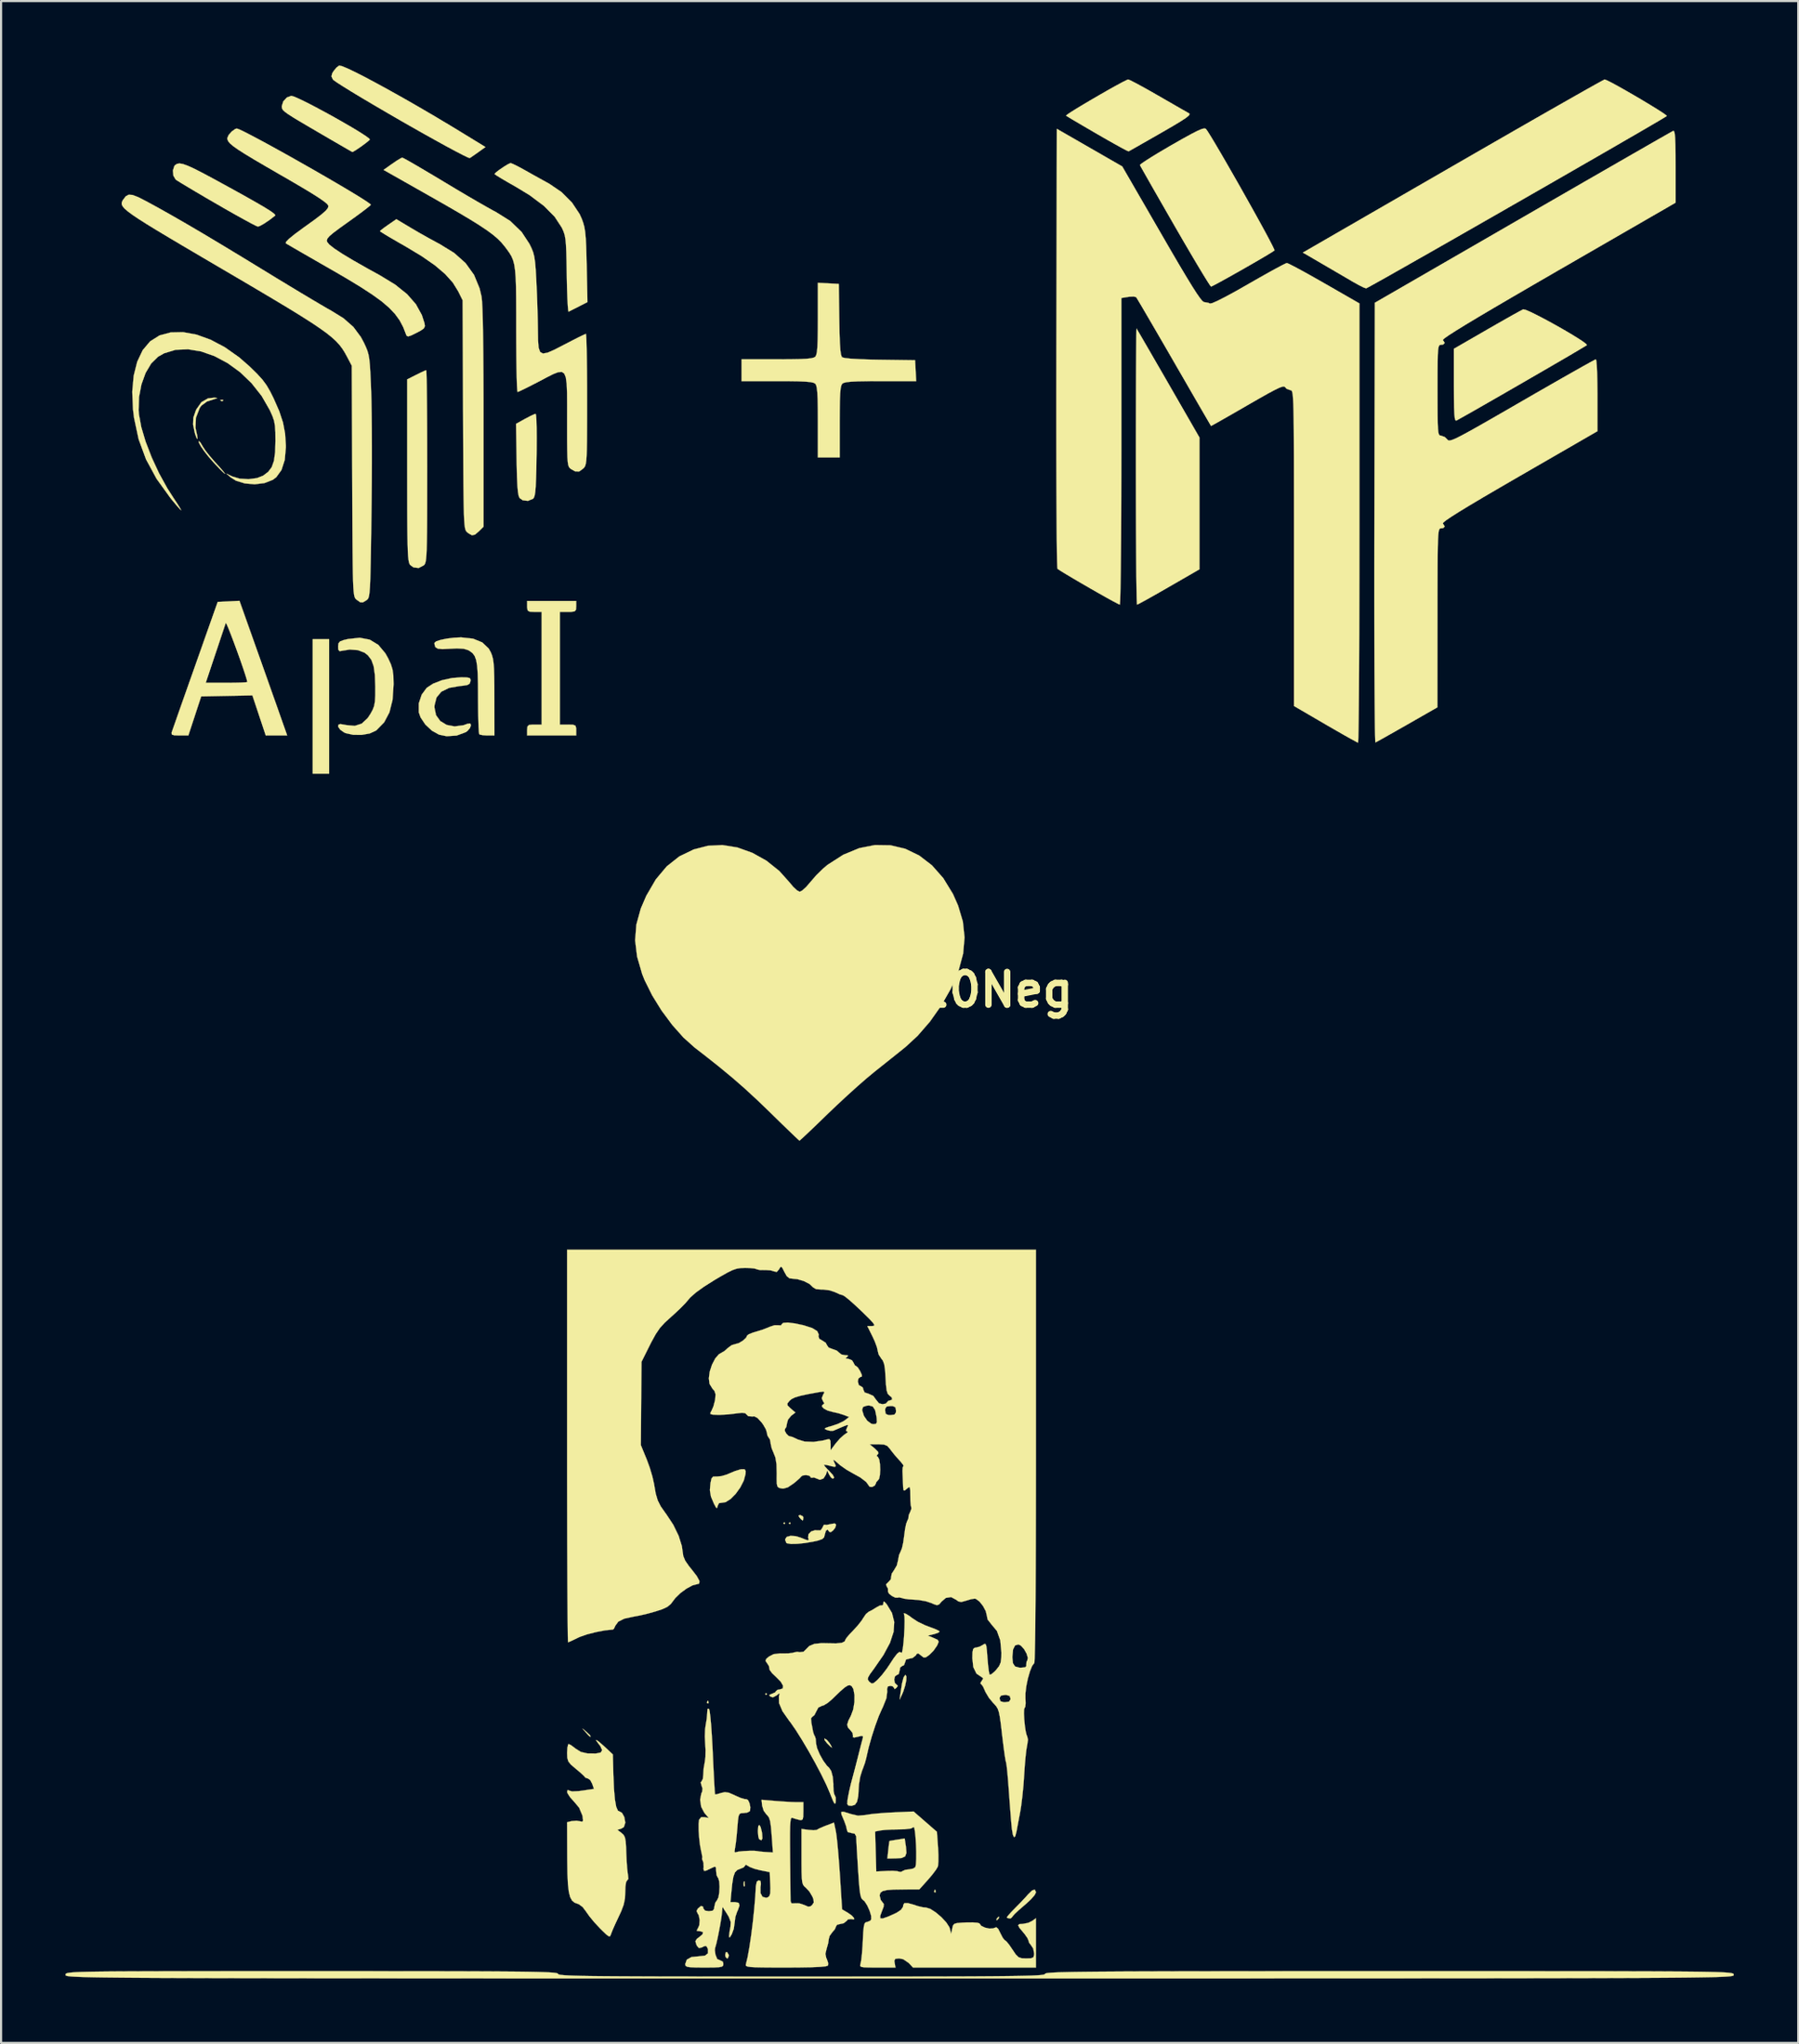
<source format=kicad_pcb>
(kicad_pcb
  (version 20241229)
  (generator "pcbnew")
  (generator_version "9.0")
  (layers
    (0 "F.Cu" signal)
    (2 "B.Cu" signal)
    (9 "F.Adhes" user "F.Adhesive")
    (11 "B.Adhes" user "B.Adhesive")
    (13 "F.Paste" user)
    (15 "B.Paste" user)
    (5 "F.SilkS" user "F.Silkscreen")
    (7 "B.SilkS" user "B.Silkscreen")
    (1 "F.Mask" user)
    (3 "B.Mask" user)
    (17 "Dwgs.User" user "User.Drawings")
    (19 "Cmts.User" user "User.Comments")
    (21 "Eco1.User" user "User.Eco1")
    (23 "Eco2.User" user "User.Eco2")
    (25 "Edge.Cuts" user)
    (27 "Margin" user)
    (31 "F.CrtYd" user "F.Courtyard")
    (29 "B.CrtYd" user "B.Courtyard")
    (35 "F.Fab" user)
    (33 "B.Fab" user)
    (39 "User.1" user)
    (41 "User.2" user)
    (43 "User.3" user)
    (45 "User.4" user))
  (footprint "AI_MF_D10Neg"
    (layer "F.Cu")
    (at 38.867 43.071)
    (property "Reference" "AI_MF_D10Neg" (at 0 0 0) (layer "F.SilkS") (effects (font (size 1.524 1.524) (thickness 0.3))))
    (attr through_hole)
    (fp_poly (pts (xy -26.585 -10.075) (xy -27.347 -10.075) (xy -27.347 -16.341) (xy -26.585 -16.341) (xy -26.585 -10.075)) (stroke (width 0.01) (type solid)) (fill yes) (layer "F.SilkS"))
    (fp_poly (pts (xy -6.181 32.808) (xy -6.223 32.851) (xy -6.265 32.808) (xy -6.223 32.766) (xy -6.181 32.808)) (stroke (width 0.01) (type solid)) (fill yes) (layer "F.SilkS"))
    (fp_poly (pts (xy -5.334 24.85) (xy -5.376 24.892) (xy -5.419 24.85) (xy -5.376 24.807) (xy -5.334 24.85)) (stroke (width 0.01) (type solid)) (fill yes) (layer "F.SilkS"))
    (fp_poly (pts (xy -5.08 24.85) (xy -5.122 24.892) (xy -5.165 24.85) (xy -5.122 24.807) (xy -5.08 24.85)) (stroke (width 0.01) (type solid)) (fill yes) (layer "F.SilkS"))
    (fp_poly (pts (xy -31.524 -27.488) (xy -31.536 -27.438) (xy -31.581 -27.432) (xy -31.65 -27.463) (xy -31.637 -27.488) (xy -31.537 -27.499) (xy -31.524 -27.488)) (stroke (width 0.01) (type solid)) (fill yes) (layer "F.SilkS"))
    (fp_poly (pts (xy -8.918 33.133) (xy -8.908 33.233) (xy -8.918 33.246) (xy -8.969 33.234) (xy -8.975 33.189) (xy -8.944 33.12) (xy -8.918 33.133)) (stroke (width 0.01) (type solid)) (fill yes) (layer "F.SilkS"))
    (fp_poly (pts (xy -7.225 41.55) (xy -7.214 41.724) (xy -7.225 41.762) (xy -7.256 41.772) (xy -7.268 41.656) (xy -7.255 41.536) (xy -7.225 41.55)) (stroke (width 0.01) (type solid)) (fill yes) (layer "F.SilkS"))
    (fp_poly (pts (xy 1.665 41.938) (xy 1.675 42.039) (xy 1.665 42.051) (xy 1.615 42.039) (xy 1.609 41.995) (xy 1.64 41.925) (xy 1.665 41.938)) (stroke (width 0.01) (type solid)) (fill yes) (layer "F.SilkS"))
    (fp_poly (pts (xy -14.584 34.578) (xy -14.424 34.728) (xy -14.401 34.794) (xy -14.423 34.798) (xy -14.492 34.741) (xy -14.613 34.608) (xy -14.774 34.417) (xy -14.584 34.578)) (stroke (width 0.01) (type solid)) (fill yes) (layer "F.SilkS"))
    (fp_poly (pts (xy -7.965 44.954) (xy -7.959 45.005) (xy -8.006 45.115) (xy -8.043 45.127) (xy -8.111 45.056) (xy -8.128 44.953) (xy -8.095 44.836) (xy -8.043 44.831) (xy -7.965 44.954)) (stroke (width 0.01) (type solid)) (fill yes) (layer "F.SilkS"))
    (fp_poly (pts (xy 4.63 43.235) (xy 4.614 43.265) (xy 4.535 43.346) (xy 4.52 43.349) (xy 4.514 43.295) (xy 4.53 43.265) (xy 4.609 43.184) (xy 4.624 43.18) (xy 4.63 43.235)) (stroke (width 0.01) (type solid)) (fill yes) (layer "F.SilkS"))
    (fp_poly (pts (xy -4.506 24.532) (xy -4.487 24.596) (xy -4.505 24.709) (xy -4.519 24.723) (xy -4.592 24.667) (xy -4.657 24.596) (xy -4.716 24.496) (xy -4.638 24.469) (xy -4.625 24.469) (xy -4.506 24.532)) (stroke (width 0.01) (type solid)) (fill yes) (layer "F.SilkS"))
    (fp_poly (pts (xy -6.48 39.001) (xy -6.422 39.227) (xy -6.409 39.306) (xy -6.396 39.539) (xy -6.446 39.625) (xy -6.548 39.568) (xy -6.583 39.454) (xy -6.603 39.24) (xy -6.604 39.17) (xy -6.586 38.963) (xy -6.54 38.91) (xy -6.48 39.001)) (stroke (width 0.01) (type solid)) (fill yes) (layer "F.SilkS"))
    (fp_poly (pts (xy -3.39 34.947) (xy -3.267 35.094) (xy -3.179 35.242) (xy -3.158 35.306) (xy -3.158 35.306) (xy -3.23 35.251) (xy -3.366 35.116) (xy -3.387 35.094) (xy -3.495 34.956) (xy -3.507 34.885) (xy -3.496 34.883) (xy -3.39 34.947)) (stroke (width 0.01) (type solid)) (fill yes) (layer "F.SilkS"))
    (fp_poly (pts (xy 0.315 31.991) (xy 0.307 32.174) (xy 0.255 32.423) (xy 0.17 32.689) (xy 0.12 32.806) (xy 0.001 33.062) (xy 0.039 32.766) (xy 0.109 32.317) (xy 0.182 32.035) (xy 0.26 31.922) (xy 0.273 31.919) (xy 0.315 31.991)) (stroke (width 0.01) (type solid)) (fill yes) (layer "F.SilkS"))
    (fp_poly (pts (xy 0.294 39.933) (xy 0.315 40.211) (xy 0.255 40.374) (xy 0.085 40.45) (xy -0.222 40.469) (xy -0.572 40.471) (xy -0.529 40.069) (xy -0.502 39.832) (xy -0.481 39.683) (xy -0.476 39.657) (xy -0.394 39.64) (xy -0.203 39.608) (xy -0.115 39.594) (xy 0.235 39.54) (xy 0.294 39.933)) (stroke (width 0.01) (type solid)) (fill yes) (layer "F.SilkS"))
    (fp_poly (pts (xy -32.58 -25.502) (xy -32.482 -25.339) (xy -32.473 -25.321) (xy -32.354 -25.14) (xy -32.155 -24.887) (xy -31.917 -24.611) (xy -31.869 -24.559) (xy -31.657 -24.325) (xy -31.504 -24.147) (xy -31.435 -24.053) (xy -31.435 -24.045) (xy -31.508 -24.103) (xy -31.666 -24.257) (xy -31.877 -24.478) (xy -31.953 -24.559) (xy -32.195 -24.835) (xy -32.405 -25.103) (xy -32.564 -25.334) (xy -32.652 -25.499) (xy -32.65 -25.569) (xy -32.643 -25.569) (xy -32.58 -25.502)) (stroke (width 0.01) (type solid)) (fill yes) (layer "F.SilkS"))
    (fp_poly (pts (xy -31.802 -27.579) (xy -31.831 -27.556) (xy -31.877 -27.544) (xy -32.274 -27.414) (xy -32.535 -27.22) (xy -32.613 -27.111) (xy -32.79 -26.656) (xy -32.808 -26.192) (xy -32.774 -26.024) (xy -32.726 -25.814) (xy -32.715 -25.685) (xy -32.72 -25.672) (xy -32.761 -25.722) (xy -32.822 -25.889) (xy -32.844 -25.964) (xy -32.922 -26.346) (xy -32.908 -26.662) (xy -32.795 -26.99) (xy -32.765 -27.054) (xy -32.532 -27.383) (xy -32.226 -27.559) (xy -31.937 -27.592) (xy -31.802 -27.579)) (stroke (width 0.01) (type solid)) (fill yes) (layer "F.SilkS"))
    (fp_poly (pts (xy 6.348 42.026) (xy 6.349 42.058) (xy 6.287 42.178) (xy 6.122 42.366) (xy 5.885 42.588) (xy 5.799 42.662) (xy 5.548 42.878) (xy 5.357 43.058) (xy 5.257 43.172) (xy 5.249 43.191) (xy 5.181 43.256) (xy 5.122 43.265) (xy 5.009 43.237) (xy 4.995 43.214) (xy 5.051 43.133) (xy 5.196 42.97) (xy 5.397 42.763) (xy 5.64 42.516) (xy 5.861 42.281) (xy 5.99 42.136) (xy 6.172 41.959) (xy 6.295 41.921) (xy 6.348 42.026)) (stroke (width 0.01) (type solid)) (fill yes) (layer "F.SilkS"))
    (fp_poly (pts (xy -16.939 -26.758) (xy -16.924 -26.53) (xy -16.914 -26.176) (xy -16.91 -25.719) (xy -16.913 -25.18) (xy -16.917 -24.913) (xy -16.928 -24.28) (xy -16.942 -23.796) (xy -16.958 -23.439) (xy -16.979 -23.19) (xy -17.007 -23.027) (xy -17.043 -22.93) (xy -17.084 -22.881) (xy -17.318 -22.784) (xy -17.56 -22.812) (xy -17.706 -22.915) (xy -17.75 -23.012) (xy -17.784 -23.198) (xy -17.81 -23.49) (xy -17.829 -23.908) (xy -17.843 -24.471) (xy -17.847 -24.714) (xy -17.872 -26.374) (xy -17.454 -26.607) (xy -17.212 -26.734) (xy -17.028 -26.819) (xy -16.96 -26.839) (xy -16.939 -26.758)) (stroke (width 0.01) (type solid)) (fill yes) (layer "F.SilkS"))
    (fp_poly (pts (xy -15.071 -17.865) (xy -15.082 -17.708) (xy -15.145 -17.635) (xy -15.308 -17.612) (xy -15.452 -17.611) (xy -15.833 -17.611) (xy -15.833 -12.361) (xy -15.452 -12.361) (xy -15.217 -12.354) (xy -15.106 -12.311) (xy -15.073 -12.203) (xy -15.071 -12.107) (xy -15.071 -11.853) (xy -17.357 -11.853) (xy -17.357 -12.107) (xy -17.343 -12.27) (xy -17.271 -12.343) (xy -17.091 -12.361) (xy -17.018 -12.361) (xy -16.679 -12.361) (xy -16.679 -17.611) (xy -17.018 -17.611) (xy -17.235 -17.621) (xy -17.332 -17.675) (xy -17.356 -17.81) (xy -17.357 -17.865) (xy -17.357 -18.119) (xy -15.071 -18.119) (xy -15.071 -17.865)) (stroke (width 0.01) (type solid)) (fill yes) (layer "F.SilkS"))
    (fp_poly (pts (xy -7.218 22.337) (xy -7.173 22.427) (xy -7.181 22.557) (xy -7.262 22.862) (xy -7.425 23.182) (xy -7.639 23.48) (xy -7.876 23.72) (xy -8.105 23.866) (xy -8.257 23.891) (xy -8.419 23.914) (xy -8.481 24.046) (xy -8.508 24.145) (xy -8.556 24.116) (xy -8.649 23.947) (xy -8.65 23.945) (xy -8.793 23.606) (xy -8.842 23.309) (xy -8.813 22.979) (xy -8.766 22.766) (xy -8.692 22.679) (xy -8.549 22.673) (xy -8.526 22.676) (xy -8.306 22.656) (xy -8.033 22.573) (xy -7.935 22.53) (xy -7.67 22.419) (xy -7.43 22.345) (xy -7.366 22.334) (xy -7.218 22.337)) (stroke (width 0.01) (type solid)) (fill yes) (layer "F.SilkS"))
    (fp_poly (pts (xy -33.393 -38.48) (xy -33.161 -38.396) (xy -32.844 -38.25) (xy -32.421 -38.033) (xy -31.875 -37.74) (xy -31.79 -37.693) (xy -31.037 -37.281) (xy -30.424 -36.94) (xy -29.94 -36.666) (xy -29.576 -36.452) (xy -29.32 -36.292) (xy -29.163 -36.179) (xy -29.094 -36.108) (xy -29.096 -36.076) (xy -29.359 -35.873) (xy -29.612 -35.702) (xy -29.813 -35.591) (xy -29.903 -35.564) (xy -30.004 -35.606) (xy -30.231 -35.722) (xy -30.56 -35.901) (xy -30.972 -36.13) (xy -31.443 -36.397) (xy -31.807 -36.607) (xy -32.312 -36.9) (xy -32.773 -37.171) (xy -33.167 -37.406) (xy -33.475 -37.591) (xy -33.672 -37.714) (xy -33.733 -37.756) (xy -33.839 -37.937) (xy -33.861 -38.177) (xy -33.794 -38.387) (xy -33.765 -38.422) (xy -33.675 -38.485) (xy -33.558 -38.507) (xy -33.393 -38.48)) (stroke (width 0.01) (type solid)) (fill yes) (layer "F.SilkS"))
    (fp_poly (pts (xy -28.207 -41.617) (xy -27.962 -41.509) (xy -27.629 -41.347) (xy -27.233 -41.142) (xy -26.797 -40.909) (xy -26.347 -40.661) (xy -25.907 -40.411) (xy -25.499 -40.174) (xy -25.15 -39.962) (xy -24.882 -39.789) (xy -24.72 -39.669) (xy -24.684 -39.618) (xy -24.77 -39.537) (xy -24.94 -39.405) (xy -25.146 -39.256) (xy -25.339 -39.126) (xy -25.472 -39.048) (xy -25.5 -39.039) (xy -25.578 -39.082) (xy -25.779 -39.198) (xy -26.081 -39.372) (xy -26.46 -39.592) (xy -26.893 -39.845) (xy -26.929 -39.865) (xy -27.497 -40.197) (xy -27.935 -40.456) (xy -28.261 -40.652) (xy -28.491 -40.799) (xy -28.642 -40.908) (xy -28.73 -40.99) (xy -28.772 -41.058) (xy -28.786 -41.124) (xy -28.787 -41.179) (xy -28.718 -41.399) (xy -28.551 -41.579) (xy -28.346 -41.656) (xy -28.341 -41.656) (xy -28.207 -41.617)) (stroke (width 0.01) (type solid)) (fill yes) (layer "F.SilkS"))
    (fp_poly (pts (xy -25.995 -43.043) (xy -25.744 -42.941) (xy -25.38 -42.768) (xy -24.916 -42.532) (xy -24.37 -42.241) (xy -23.757 -41.905) (xy -23.091 -41.532) (xy -22.388 -41.129) (xy -21.665 -40.706) (xy -20.935 -40.27) (xy -20.491 -40) (xy -19.299 -39.271) (xy -19.619 -39.04) (xy -19.83 -38.891) (xy -19.991 -38.781) (xy -20.029 -38.756) (xy -20.119 -38.786) (xy -20.34 -38.892) (xy -20.676 -39.066) (xy -21.111 -39.3) (xy -21.63 -39.585) (xy -22.217 -39.913) (xy -22.856 -40.275) (xy -23.204 -40.474) (xy -23.867 -40.858) (xy -24.487 -41.221) (xy -25.048 -41.553) (xy -25.533 -41.846) (xy -25.926 -42.089) (xy -26.213 -42.273) (xy -26.375 -42.388) (xy -26.405 -42.416) (xy -26.474 -42.562) (xy -26.439 -42.704) (xy -26.379 -42.803) (xy -26.239 -42.974) (xy -26.117 -43.066) (xy -25.995 -43.043)) (stroke (width 0.01) (type solid)) (fill yes) (layer "F.SilkS"))
    (fp_poly (pts (xy -20.163 -14.557) (xy -20.031 -14.528) (xy -19.991 -14.459) (xy -19.997 -14.378) (xy -20.036 -14.268) (xy -20.141 -14.205) (xy -20.354 -14.17) (xy -20.487 -14.158) (xy -20.991 -14.071) (xy -21.353 -13.894) (xy -21.579 -13.623) (xy -21.672 -13.254) (xy -21.675 -13.159) (xy -21.602 -12.801) (xy -21.403 -12.525) (xy -21.104 -12.345) (xy -20.736 -12.276) (xy -20.324 -12.33) (xy -20.13 -12.4) (xy -20.007 -12.412) (xy -19.974 -12.33) (xy -20.021 -12.199) (xy -20.138 -12.062) (xy -20.214 -12.008) (xy -20.639 -11.85) (xy -21.106 -11.819) (xy -21.463 -11.893) (xy -21.797 -12.079) (xy -22.099 -12.363) (xy -22.32 -12.693) (xy -22.404 -12.932) (xy -22.404 -13.348) (xy -22.269 -13.756) (xy -22.036 -14.072) (xy -21.739 -14.268) (xy -21.327 -14.427) (xy -20.855 -14.53) (xy -20.426 -14.563) (xy -20.163 -14.557)) (stroke (width 0.01) (type solid)) (fill yes) (layer "F.SilkS"))
    (fp_poly (pts (xy 11.085 -30.732) (xy 11.207 -30.524) (xy 11.394 -30.202) (xy 11.636 -29.785) (xy 11.922 -29.29) (xy 12.244 -28.733) (xy 12.519 -28.256) (xy 13.97 -25.735) (xy 13.97 -19.597) (xy 12.543 -18.773) (xy 12.1 -18.519) (xy 11.707 -18.296) (xy 11.388 -18.119) (xy 11.166 -17.999) (xy 11.064 -17.95) (xy 11.061 -17.949) (xy 11.053 -18.032) (xy 11.044 -18.271) (xy 11.037 -18.653) (xy 11.029 -19.165) (xy 11.023 -19.795) (xy 11.018 -20.53) (xy 11.013 -21.356) (xy 11.01 -22.26) (xy 11.008 -23.229) (xy 11.007 -24.251) (xy 11.007 -24.398) (xy 11.007 -25.425) (xy 11.008 -26.401) (xy 11.01 -27.313) (xy 11.012 -28.147) (xy 11.015 -28.892) (xy 11.019 -29.533) (xy 11.023 -30.058) (xy 11.027 -30.455) (xy 11.031 -30.71) (xy 11.036 -30.811) (xy 11.037 -30.812) (xy 11.085 -30.732)) (stroke (width 0.01) (type solid)) (fill yes) (layer "F.SilkS"))
    (fp_poly (pts (xy -22.05 -28.789) (xy -22.042 -28.553) (xy -22.034 -28.18) (xy -22.028 -27.683) (xy -22.022 -27.08) (xy -22.018 -26.385) (xy -22.015 -25.614) (xy -22.014 -24.783) (xy -22.013 -24.397) (xy -22.014 -23.411) (xy -22.015 -22.58) (xy -22.017 -21.89) (xy -22.021 -21.329) (xy -22.028 -20.881) (xy -22.037 -20.534) (xy -22.049 -20.273) (xy -22.065 -20.084) (xy -22.084 -19.954) (xy -22.109 -19.869) (xy -22.138 -19.815) (xy -22.168 -19.783) (xy -22.41 -19.656) (xy -22.655 -19.686) (xy -22.805 -19.798) (xy -22.836 -19.845) (xy -22.863 -19.921) (xy -22.885 -20.04) (xy -22.903 -20.216) (xy -22.916 -20.462) (xy -22.927 -20.794) (xy -22.935 -21.224) (xy -22.94 -21.767) (xy -22.943 -22.438) (xy -22.944 -23.25) (xy -22.945 -24.199) (xy -22.945 -28.445) (xy -22.524 -28.658) (xy -22.286 -28.775) (xy -22.114 -28.853) (xy -22.058 -28.871) (xy -22.05 -28.789)) (stroke (width 0.01) (type solid)) (fill yes) (layer "F.SilkS"))
    (fp_poly (pts (xy -2.966 24.909) (xy -2.963 24.934) (xy -3.007 25.067) (xy -3.107 25.193) (xy -3.215 25.268) (xy -3.283 25.245) (xy -3.284 25.242) (xy -3.356 25.147) (xy -3.434 25.196) (xy -3.486 25.368) (xy -3.487 25.373) (xy -3.519 25.503) (xy -3.605 25.587) (xy -3.786 25.652) (xy -4.022 25.706) (xy -4.411 25.773) (xy -4.773 25.81) (xy -5.066 25.815) (xy -5.248 25.785) (xy -5.278 25.767) (xy -5.331 25.638) (xy -5.334 25.599) (xy -5.262 25.486) (xy -5.078 25.436) (xy -4.826 25.456) (xy -4.616 25.521) (xy -4.378 25.616) (xy -4.263 25.645) (xy -4.239 25.606) (xy -4.263 25.529) (xy -4.25 25.366) (xy -4.123 25.233) (xy -3.934 25.173) (xy -3.846 25.182) (xy -3.68 25.181) (xy -3.596 25.055) (xy -3.537 24.933) (xy -3.5 24.92) (xy -3.398 24.928) (xy -3.212 24.89) (xy -3.211 24.89) (xy -3.03 24.858) (xy -2.966 24.909)) (stroke (width 0.01) (type solid)) (fill yes) (layer "F.SilkS"))
    (fp_poly (pts (xy 29.164 -31.686) (xy 29.384 -31.592) (xy 29.688 -31.443) (xy 30.052 -31.254) (xy 30.447 -31.039) (xy 30.849 -30.813) (xy 31.229 -30.591) (xy 31.563 -30.388) (xy 31.823 -30.218) (xy 31.984 -30.097) (xy 32.02 -30.041) (xy 31.936 -29.987) (xy 31.723 -29.86) (xy 31.402 -29.67) (xy 30.991 -29.429) (xy 30.508 -29.148) (xy 29.974 -28.838) (xy 29.406 -28.509) (xy 28.825 -28.173) (xy 28.248 -27.84) (xy 27.695 -27.522) (xy 27.186 -27.23) (xy 26.738 -26.974) (xy 26.371 -26.766) (xy 26.103 -26.616) (xy 25.955 -26.535) (xy 25.934 -26.525) (xy 25.895 -26.541) (xy 25.866 -26.634) (xy 25.846 -26.823) (xy 25.833 -27.126) (xy 25.826 -27.56) (xy 25.823 -28.146) (xy 25.823 -28.177) (xy 25.823 -29.871) (xy 27.369 -30.763) (xy 27.837 -31.032) (xy 28.262 -31.274) (xy 28.62 -31.475) (xy 28.886 -31.622) (xy 29.037 -31.701) (xy 29.055 -31.709) (xy 29.164 -31.686)) (stroke (width 0.01) (type solid)) (fill yes) (layer "F.SilkS"))
    (fp_poly (pts (xy -20.431 -16.423) (xy -19.878 -16.364) (xy -19.45 -16.191) (xy -19.148 -15.905) (xy -19.049 -15.73) (xy -18.993 -15.589) (xy -18.951 -15.433) (xy -18.921 -15.234) (xy -18.901 -14.967) (xy -18.89 -14.604) (xy -18.884 -14.121) (xy -18.883 -13.61) (xy -18.881 -11.853) (xy -19.205 -11.853) (xy -19.429 -11.867) (xy -19.572 -11.9) (xy -19.586 -11.91) (xy -19.604 -12.008) (xy -19.619 -12.249) (xy -19.631 -12.605) (xy -19.639 -13.05) (xy -19.643 -13.557) (xy -19.643 -13.607) (xy -19.646 -14.245) (xy -19.659 -14.736) (xy -19.686 -15.103) (xy -19.732 -15.369) (xy -19.802 -15.557) (xy -19.9 -15.69) (xy -20.032 -15.789) (xy -20.098 -15.827) (xy -20.307 -15.892) (xy -20.621 -15.91) (xy -20.945 -15.894) (xy -21.3 -15.877) (xy -21.519 -15.898) (xy -21.633 -15.97) (xy -21.672 -16.104) (xy -21.675 -16.168) (xy -21.597 -16.237) (xy -21.393 -16.305) (xy -21.104 -16.365) (xy -20.773 -16.407) (xy -20.443 -16.423) (xy -20.431 -16.423)) (stroke (width 0.01) (type solid)) (fill yes) (layer "F.SilkS"))
    (fp_poly (pts (xy 10.751 -42.377) (xy 10.971 -42.265) (xy 11.287 -42.094) (xy 11.673 -41.879) (xy 12.039 -41.67) (xy 12.469 -41.422) (xy 12.857 -41.199) (xy 13.174 -41.017) (xy 13.394 -40.892) (xy 13.483 -40.841) (xy 13.511 -40.799) (xy 13.466 -40.73) (xy 13.334 -40.624) (xy 13.1 -40.471) (xy 12.749 -40.259) (xy 12.266 -39.979) (xy 12.171 -39.924) (xy 11.722 -39.667) (xy 11.325 -39.441) (xy 11.003 -39.257) (xy 10.777 -39.129) (xy 10.672 -39.071) (xy 10.668 -39.069) (xy 10.585 -39.103) (xy 10.379 -39.211) (xy 10.074 -39.379) (xy 9.691 -39.594) (xy 9.255 -39.845) (xy 9.21 -39.871) (xy 8.769 -40.127) (xy 8.379 -40.356) (xy 8.065 -40.541) (xy 7.849 -40.671) (xy 7.754 -40.732) (xy 7.753 -40.733) (xy 7.809 -40.785) (xy 7.986 -40.904) (xy 8.258 -41.074) (xy 8.599 -41.279) (xy 8.981 -41.505) (xy 9.378 -41.735) (xy 9.763 -41.955) (xy 10.11 -42.148) (xy 10.392 -42.3) (xy 10.583 -42.394) (xy 10.651 -42.418) (xy 10.751 -42.377)) (stroke (width 0.01) (type solid)) (fill yes) (layer "F.SilkS"))
    (fp_poly (pts (xy -24.688 -16.317) (xy -24.293 -16.077) (xy -23.963 -15.683) (xy -23.834 -15.452) (xy -23.703 -15.169) (xy -23.627 -14.923) (xy -23.59 -14.649) (xy -23.58 -14.28) (xy -23.58 -14.224) (xy -23.627 -13.513) (xy -23.772 -12.932) (xy -24.018 -12.466) (xy -24.372 -12.103) (xy -24.404 -12.078) (xy -24.691 -11.947) (xy -25.068 -11.881) (xy -25.463 -11.885) (xy -25.81 -11.962) (xy -25.887 -11.996) (xy -26.069 -12.126) (xy -26.16 -12.261) (xy -26.162 -12.28) (xy -26.142 -12.363) (xy -26.053 -12.385) (xy -25.853 -12.351) (xy -25.787 -12.337) (xy -25.388 -12.301) (xy -25.063 -12.406) (xy -24.788 -12.662) (xy -24.656 -12.86) (xy -24.552 -13.051) (xy -24.485 -13.227) (xy -24.448 -13.433) (xy -24.432 -13.715) (xy -24.431 -14.12) (xy -24.431 -14.139) (xy -24.45 -14.678) (xy -24.507 -15.08) (xy -24.613 -15.374) (xy -24.776 -15.589) (xy -24.93 -15.71) (xy -25.238 -15.829) (xy -25.619 -15.857) (xy -25.929 -15.809) (xy -26.093 -15.78) (xy -26.154 -15.848) (xy -26.162 -15.994) (xy -26.149 -16.141) (xy -26.082 -16.23) (xy -25.92 -16.294) (xy -25.706 -16.346) (xy -25.157 -16.406) (xy -24.688 -16.317)) (stroke (width 0.01) (type solid)) (fill yes) (layer "F.SilkS"))
    (fp_poly (pts (xy -18.02 -38.484) (xy -17.809 -38.381) (xy -17.535 -38.233) (xy -17.47 -38.197) (xy -17.085 -37.981) (xy -16.659 -37.744) (xy -16.328 -37.562) (xy -15.753 -37.171) (xy -15.269 -36.686) (xy -14.909 -36.144) (xy -14.806 -35.916) (xy -14.74 -35.73) (xy -14.689 -35.541) (xy -14.653 -35.317) (xy -14.626 -35.03) (xy -14.606 -34.652) (xy -14.591 -34.153) (xy -14.581 -33.739) (xy -14.546 -32.046) (xy -14.956 -31.836) (xy -15.196 -31.715) (xy -15.37 -31.626) (xy -15.426 -31.598) (xy -15.444 -31.67) (xy -15.463 -31.887) (xy -15.481 -32.224) (xy -15.496 -32.658) (xy -15.508 -33.164) (xy -15.51 -33.332) (xy -15.52 -33.927) (xy -15.531 -34.379) (xy -15.547 -34.717) (xy -15.57 -34.966) (xy -15.603 -35.154) (xy -15.65 -35.307) (xy -15.712 -35.453) (xy -15.743 -35.518) (xy -16.074 -36.023) (xy -16.573 -36.526) (xy -17.239 -37.025) (xy -17.894 -37.423) (xy -18.256 -37.629) (xy -18.558 -37.806) (xy -18.772 -37.938) (xy -18.872 -38.009) (xy -18.876 -38.015) (xy -18.81 -38.088) (xy -18.651 -38.21) (xy -18.451 -38.347) (xy -18.262 -38.463) (xy -18.137 -38.522) (xy -18.125 -38.523) (xy -18.02 -38.484)) (stroke (width 0.01) (type solid)) (fill yes) (layer "F.SilkS"))
    (fp_poly (pts (xy -22.753 -35.492) (xy -22.353 -35.258) (xy -21.915 -35.012) (xy -21.521 -34.798) (xy -21.442 -34.757) (xy -20.756 -34.336) (xy -20.223 -33.86) (xy -19.832 -33.315) (xy -19.572 -32.686) (xy -19.481 -32.302) (xy -19.459 -32.09) (xy -19.439 -31.713) (xy -19.423 -31.175) (xy -19.41 -30.478) (xy -19.4 -29.627) (xy -19.393 -28.627) (xy -19.389 -27.479) (xy -19.389 -26.693) (xy -19.389 -21.582) (xy -19.596 -21.374) (xy -19.782 -21.214) (xy -19.924 -21.181) (xy -20.085 -21.27) (xy -20.141 -21.315) (xy -20.177 -21.347) (xy -20.208 -21.389) (xy -20.234 -21.452) (xy -20.256 -21.549) (xy -20.274 -21.693) (xy -20.289 -21.896) (xy -20.301 -22.172) (xy -20.31 -22.533) (xy -20.318 -22.991) (xy -20.324 -23.559) (xy -20.329 -24.25) (xy -20.333 -25.076) (xy -20.338 -26.051) (xy -20.341 -26.797) (xy -20.362 -32.131) (xy -20.567 -32.546) (xy -20.818 -32.952) (xy -21.176 -33.352) (xy -21.654 -33.759) (xy -22.268 -34.185) (xy -22.979 -34.613) (xy -23.387 -34.848) (xy -23.739 -35.053) (xy -24.009 -35.215) (xy -24.174 -35.319) (xy -24.215 -35.35) (xy -24.151 -35.412) (xy -23.987 -35.536) (xy -23.832 -35.646) (xy -23.45 -35.909) (xy -22.753 -35.492)) (stroke (width 0.01) (type solid)) (fill yes) (layer "F.SilkS"))
    (fp_poly (pts (xy -30.058 -16.154) (xy -29.834 -15.523) (xy -29.601 -14.866) (xy -29.375 -14.227) (xy -29.169 -13.646) (xy -28.999 -13.166) (xy -28.947 -13.018) (xy -28.536 -11.853) (xy -29.535 -11.853) (xy -29.846 -12.787) (xy -30.157 -13.721) (xy -32.543 -13.674) (xy -32.842 -12.764) (xy -33.141 -11.853) (xy -33.552 -11.853) (xy -33.797 -11.861) (xy -33.909 -11.896) (xy -33.924 -11.971) (xy -33.915 -12.004) (xy -33.877 -12.116) (xy -33.788 -12.369) (xy -33.657 -12.744) (xy -33.488 -13.223) (xy -33.29 -13.786) (xy -33.105 -14.309) (xy -32.33 -14.309) (xy -31.363 -14.309) (xy -30.981 -14.312) (xy -30.67 -14.32) (xy -30.464 -14.332) (xy -30.395 -14.345) (xy -30.422 -14.465) (xy -30.494 -14.7) (xy -30.6 -15.018) (xy -30.73 -15.392) (xy -30.873 -15.79) (xy -31.017 -16.183) (xy -31.153 -16.541) (xy -31.268 -16.833) (xy -31.353 -17.03) (xy -31.396 -17.101) (xy -31.398 -17.099) (xy -31.438 -16.98) (xy -31.521 -16.731) (xy -31.638 -16.38) (xy -31.779 -15.958) (xy -31.885 -15.642) (xy -32.33 -14.309) (xy -33.105 -14.309) (xy -33.068 -14.414) (xy -32.829 -15.09) (xy -32.82 -15.116) (xy -31.774 -18.076) (xy -31.266 -18.101) (xy -30.759 -18.126) (xy -30.058 -16.154)) (stroke (width 0.01) (type solid)) (fill yes) (layer "F.SilkS"))
    (fp_poly (pts (xy 14.265 -40.12) (xy 14.27 -40.115) (xy 14.355 -39.995) (xy 14.506 -39.754) (xy 14.712 -39.412) (xy 14.962 -38.987) (xy 15.245 -38.499) (xy 15.55 -37.967) (xy 15.866 -37.412) (xy 16.181 -36.853) (xy 16.485 -36.309) (xy 16.767 -35.8) (xy 17.016 -35.344) (xy 17.221 -34.963) (xy 17.37 -34.674) (xy 17.453 -34.499) (xy 17.466 -34.453) (xy 17.365 -34.384) (xy 17.148 -34.25) (xy 16.842 -34.069) (xy 16.475 -33.856) (xy 16.075 -33.626) (xy 15.669 -33.396) (xy 15.285 -33.18) (xy 14.95 -32.995) (xy 14.691 -32.856) (xy 14.538 -32.779) (xy 14.509 -32.769) (xy 14.451 -32.84) (xy 14.32 -33.043) (xy 14.124 -33.361) (xy 13.873 -33.778) (xy 13.577 -34.278) (xy 13.245 -34.845) (xy 12.887 -35.463) (xy 12.827 -35.567) (xy 12.466 -36.195) (xy 12.133 -36.776) (xy 11.835 -37.296) (xy 11.583 -37.738) (xy 11.387 -38.084) (xy 11.254 -38.32) (xy 11.196 -38.427) (xy 11.194 -38.431) (xy 11.257 -38.492) (xy 11.445 -38.622) (xy 11.739 -38.809) (xy 12.115 -39.038) (xy 12.554 -39.296) (xy 12.669 -39.362) (xy 13.193 -39.661) (xy 13.59 -39.879) (xy 13.878 -40.026) (xy 14.075 -40.11) (xy 14.198 -40.138) (xy 14.265 -40.12)) (stroke (width 0.01) (type solid)) (fill yes) (layer "F.SilkS"))
    (fp_poly (pts (xy 32.956 -42.378) (xy 33.173 -42.269) (xy 33.474 -42.105) (xy 33.833 -41.903) (xy 34.223 -41.678) (xy 34.617 -41.446) (xy 34.99 -41.221) (xy 35.315 -41.021) (xy 35.566 -40.859) (xy 35.715 -40.752) (xy 35.745 -40.717) (xy 35.652 -40.657) (xy 35.426 -40.522) (xy 35.079 -40.318) (xy 34.623 -40.052) (xy 34.071 -39.732) (xy 33.435 -39.364) (xy 32.728 -38.955) (xy 31.961 -38.514) (xy 31.148 -38.046) (xy 30.3 -37.558) (xy 29.43 -37.059) (xy 28.55 -36.555) (xy 27.673 -36.052) (xy 26.811 -35.559) (xy 25.977 -35.082) (xy 25.182 -34.628) (xy 24.439 -34.205) (xy 23.761 -33.82) (xy 23.16 -33.479) (xy 22.648 -33.189) (xy 22.237 -32.959) (xy 21.94 -32.794) (xy 21.77 -32.702) (xy 21.733 -32.685) (xy 21.615 -32.727) (xy 21.397 -32.836) (xy 21.123 -32.988) (xy 21.082 -33.012) (xy 20.774 -33.193) (xy 20.378 -33.424) (xy 19.952 -33.673) (xy 19.659 -33.844) (xy 18.786 -34.352) (xy 25.772 -38.385) (xy 26.773 -38.962) (xy 27.732 -39.514) (xy 28.64 -40.036) (xy 29.487 -40.522) (xy 30.262 -40.965) (xy 30.956 -41.36) (xy 31.557 -41.702) (xy 32.056 -41.984) (xy 32.442 -42.2) (xy 32.706 -42.345) (xy 32.837 -42.413) (xy 32.849 -42.418) (xy 32.956 -42.378)) (stroke (width 0.01) (type solid)) (fill yes) (layer "F.SilkS"))
    (fp_poly (pts (xy -2.836 -32.893) (xy -2.813 -31.23) (xy -2.802 -30.611) (xy -2.785 -30.144) (xy -2.763 -29.813) (xy -2.733 -29.601) (xy -2.694 -29.491) (xy -2.68 -29.475) (xy -2.553 -29.44) (xy -2.271 -29.409) (xy -1.85 -29.385) (xy -1.303 -29.367) (xy -0.925 -29.36) (xy 0.72 -29.337) (xy 0.77 -28.363) (xy -0.891 -28.363) (xy -1.489 -28.361) (xy -1.939 -28.353) (xy -2.262 -28.338) (xy -2.479 -28.314) (xy -2.612 -28.28) (xy -2.673 -28.242) (xy -2.716 -28.166) (xy -2.749 -28.023) (xy -2.771 -27.792) (xy -2.785 -27.452) (xy -2.792 -26.981) (xy -2.794 -26.464) (xy -2.794 -24.807) (xy -3.81 -24.807) (xy -3.81 -26.464) (xy -3.812 -27.062) (xy -3.82 -27.511) (xy -3.836 -27.834) (xy -3.86 -28.05) (xy -3.893 -28.182) (xy -3.931 -28.242) (xy -4.007 -28.286) (xy -4.15 -28.318) (xy -4.381 -28.34) (xy -4.721 -28.355) (xy -5.192 -28.362) (xy -5.709 -28.363) (xy -7.366 -28.363) (xy -7.366 -29.379) (xy -5.709 -29.379) (xy -5.111 -29.382) (xy -4.662 -29.39) (xy -4.34 -29.405) (xy -4.123 -29.429) (xy -3.992 -29.463) (xy -3.931 -29.5) (xy -3.888 -29.576) (xy -3.855 -29.719) (xy -3.833 -29.95) (xy -3.819 -30.29) (xy -3.812 -30.76) (xy -3.81 -31.283) (xy -3.81 -32.944) (xy -2.836 -32.893)) (stroke (width 0.01) (type solid)) (fill yes) (layer "F.SilkS"))
    (fp_poly (pts (xy -0.429 -6.737) (xy 0.262 -6.574) (xy 0.911 -6.261) (xy 1.505 -5.804) (xy 2.033 -5.206) (xy 2.483 -4.47) (xy 2.723 -3.928) (xy 2.945 -3.184) (xy 3.024 -2.445) (xy 2.958 -1.691) (xy 2.746 -0.902) (xy 2.384 -0.056) (xy 2.378 -0.042) (xy 1.936 0.735) (xy 1.411 1.479) (xy 0.836 2.142) (xy 0.275 2.659) (xy -0.023 2.898) (xy -0.403 3.202) (xy -0.815 3.531) (xy -1.18 3.822) (xy -1.528 4.11) (xy -1.958 4.485) (xy -2.432 4.913) (xy -2.914 5.36) (xy -3.35 5.776) (xy -3.732 6.147) (xy -4.072 6.473) (xy -4.352 6.739) (xy -4.553 6.926) (xy -4.657 7.018) (xy -4.667 7.025) (xy -4.734 6.967) (xy -4.904 6.808) (xy -5.158 6.564) (xy -5.48 6.253) (xy -5.85 5.891) (xy -6.011 5.733) (xy -6.63 5.137) (xy -7.213 4.599) (xy -7.802 4.085) (xy -8.434 3.563) (xy -9.149 2.998) (xy -9.55 2.689) (xy -10.072 2.222) (xy -10.597 1.631) (xy -11.094 0.961) (xy -11.532 0.253) (xy -11.881 -0.449) (xy -11.997 -0.739) (xy -12.233 -1.551) (xy -12.324 -2.308) (xy -12.267 -3.043) (xy -12.061 -3.79) (xy -11.805 -4.385) (xy -11.361 -5.147) (xy -10.85 -5.757) (xy -10.264 -6.22) (xy -9.597 -6.542) (xy -8.934 -6.713) (xy -8.258 -6.747) (xy -7.558 -6.634) (xy -6.863 -6.386) (xy -6.204 -6.018) (xy -5.609 -5.542) (xy -5.156 -5.036) (xy -4.959 -4.802) (xy -4.779 -4.635) (xy -4.657 -4.572) (xy -4.533 -4.635) (xy -4.351 -4.801) (xy -4.153 -5.032) (xy -3.886 -5.34) (xy -3.57 -5.649) (xy -3.36 -5.827) (xy -2.626 -6.297) (xy -1.885 -6.603) (xy -1.148 -6.748) (xy -0.429 -6.737)) (stroke (width 0.01) (type solid)) (fill yes) (layer "F.SilkS"))
    (fp_poly (pts (xy -32.759 -30.53) (xy -32.103 -30.293) (xy -31.436 -29.939) (xy -30.774 -29.472) (xy -30.295 -29.054) (xy -29.948 -28.715) (xy -29.694 -28.437) (xy -29.499 -28.174) (xy -29.327 -27.879) (xy -29.171 -27.566) (xy -28.905 -26.961) (xy -28.731 -26.432) (xy -28.634 -25.921) (xy -28.599 -25.37) (xy -28.599 -25.273) (xy -28.65 -24.692) (xy -28.8 -24.226) (xy -29.044 -23.887) (xy -29.207 -23.765) (xy -29.596 -23.613) (xy -30.049 -23.558) (xy -30.509 -23.597) (xy -30.922 -23.724) (xy -31.17 -23.881) (xy -31.369 -24.054) (xy -31.098 -23.923) (xy -30.748 -23.819) (xy -30.338 -23.794) (xy -29.942 -23.846) (xy -29.659 -23.957) (xy -29.421 -24.137) (xy -29.255 -24.358) (xy -29.152 -24.653) (xy -29.098 -25.052) (xy -29.083 -25.569) (xy -29.087 -25.985) (xy -29.106 -26.283) (xy -29.148 -26.518) (xy -29.225 -26.742) (xy -29.345 -27.008) (xy -29.345 -27.009) (xy -29.727 -27.673) (xy -30.195 -28.266) (xy -30.729 -28.779) (xy -31.312 -29.203) (xy -31.923 -29.528) (xy -32.544 -29.746) (xy -33.154 -29.847) (xy -33.736 -29.822) (xy -34.269 -29.661) (xy -34.554 -29.499) (xy -34.872 -29.186) (xy -35.133 -28.746) (xy -35.326 -28.213) (xy -35.439 -27.623) (xy -35.459 -27.011) (xy -35.444 -26.82) (xy -35.335 -26.224) (xy -35.132 -25.541) (xy -34.85 -24.811) (xy -34.508 -24.073) (xy -34.12 -23.369) (xy -33.831 -22.917) (xy -33.658 -22.657) (xy -33.534 -22.46) (xy -33.481 -22.359) (xy -33.483 -22.352) (xy -33.549 -22.413) (xy -33.694 -22.577) (xy -33.892 -22.813) (xy -33.981 -22.924) (xy -34.624 -23.817) (xy -35.112 -24.716) (xy -35.457 -25.652) (xy -35.671 -26.653) (xy -35.72 -27.049) (xy -35.754 -27.87) (xy -35.687 -28.616) (xy -35.524 -29.267) (xy -35.268 -29.806) (xy -34.924 -30.216) (xy -34.486 -30.492) (xy -33.967 -30.633) (xy -33.386 -30.645) (xy -32.759 -30.53)) (stroke (width 0.01) (type solid)) (fill yes) (layer "F.SilkS"))
    (fp_poly (pts (xy -30.764 -40.091) (xy -30.523 -39.976) (xy -30.177 -39.798) (xy -29.745 -39.568) (xy -29.245 -39.296) (xy -28.696 -38.992) (xy -28.118 -38.668) (xy -27.528 -38.333) (xy -26.946 -38) (xy -26.39 -37.677) (xy -25.879 -37.377) (xy -25.432 -37.109) (xy -25.067 -36.884) (xy -24.803 -36.713) (xy -24.659 -36.607) (xy -24.638 -36.581) (xy -24.703 -36.516) (xy -24.884 -36.372) (xy -25.155 -36.168) (xy -25.494 -35.921) (xy -25.69 -35.781) (xy -26.096 -35.49) (xy -26.38 -35.277) (xy -26.561 -35.124) (xy -26.658 -35.012) (xy -26.689 -34.925) (xy -26.677 -34.853) (xy -26.576 -34.727) (xy -26.341 -34.542) (xy -25.968 -34.296) (xy -25.452 -33.986) (xy -24.79 -33.61) (xy -24.215 -33.293) (xy -23.504 -32.86) (xy -22.95 -32.416) (xy -22.54 -31.948) (xy -22.261 -31.441) (xy -22.137 -31.057) (xy -22.12 -30.92) (xy -22.171 -30.818) (xy -22.32 -30.713) (xy -22.515 -30.61) (xy -22.761 -30.491) (xy -22.898 -30.446) (xy -22.966 -30.472) (xy -22.999 -30.541) (xy -23.132 -30.883) (xy -23.296 -31.194) (xy -23.509 -31.488) (xy -23.784 -31.779) (xy -24.137 -32.081) (xy -24.585 -32.405) (xy -25.141 -32.766) (xy -25.822 -33.178) (xy -26.461 -33.549) (xy -26.997 -33.856) (xy -27.487 -34.138) (xy -27.913 -34.384) (xy -28.253 -34.58) (xy -28.487 -34.717) (xy -28.596 -34.781) (xy -28.599 -34.783) (xy -28.59 -34.852) (xy -28.454 -34.993) (xy -28.186 -35.211) (xy -27.78 -35.51) (xy -27.649 -35.604) (xy -27.226 -35.909) (xy -26.929 -36.138) (xy -26.739 -36.305) (xy -26.64 -36.428) (xy -26.615 -36.52) (xy -26.616 -36.528) (xy -26.663 -36.605) (xy -26.797 -36.72) (xy -27.027 -36.882) (xy -27.365 -37.098) (xy -27.823 -37.375) (xy -28.411 -37.72) (xy -28.874 -37.987) (xy -29.548 -38.377) (xy -30.089 -38.694) (xy -30.51 -38.949) (xy -30.826 -39.151) (xy -31.051 -39.311) (xy -31.199 -39.437) (xy -31.285 -39.541) (xy -31.322 -39.631) (xy -31.327 -39.683) (xy -31.264 -39.832) (xy -31.118 -39.997) (xy -30.954 -40.113) (xy -30.882 -40.132) (xy -30.764 -40.091)) (stroke (width 0.01) (type solid)) (fill yes) (layer "F.SilkS"))
    (fp_poly (pts (xy -35.739 -37.036) (xy -35.477 -36.936) (xy -35.115 -36.751) (xy -34.524 -36.429) (xy -33.892 -36.073) (xy -33.201 -35.675) (xy -32.435 -35.225) (xy -31.576 -34.711) (xy -30.606 -34.124) (xy -29.674 -33.555) (xy -29.047 -33.172) (xy -28.443 -32.806) (xy -27.884 -32.469) (xy -27.389 -32.173) (xy -26.98 -31.931) (xy -26.677 -31.754) (xy -26.518 -31.666) (xy -25.915 -31.295) (xy -25.452 -30.888) (xy -25.101 -30.415) (xy -24.963 -30.157) (xy -24.871 -29.959) (xy -24.801 -29.786) (xy -24.75 -29.608) (xy -24.712 -29.397) (xy -24.684 -29.121) (xy -24.661 -28.753) (xy -24.639 -28.263) (xy -24.624 -27.898) (xy -24.611 -27.448) (xy -24.601 -26.857) (xy -24.594 -26.151) (xy -24.591 -25.358) (xy -24.591 -24.506) (xy -24.595 -23.622) (xy -24.603 -22.733) (xy -24.609 -22.242) (xy -24.622 -21.321) (xy -24.634 -20.554) (xy -24.645 -19.926) (xy -24.656 -19.425) (xy -24.668 -19.033) (xy -24.683 -18.737) (xy -24.7 -18.522) (xy -24.721 -18.373) (xy -24.746 -18.275) (xy -24.777 -18.215) (xy -24.814 -18.176) (xy -24.839 -18.157) (xy -25.009 -18.055) (xy -25.135 -18.06) (xy -25.299 -18.177) (xy -25.305 -18.182) (xy -25.341 -18.215) (xy -25.372 -18.256) (xy -25.398 -18.318) (xy -25.42 -18.415) (xy -25.438 -18.558) (xy -25.453 -18.761) (xy -25.465 -19.036) (xy -25.475 -19.394) (xy -25.482 -19.85) (xy -25.488 -20.416) (xy -25.493 -21.104) (xy -25.498 -21.927) (xy -25.502 -22.897) (xy -25.505 -23.707) (xy -25.527 -29.083) (xy -25.759 -29.523) (xy -25.863 -29.711) (xy -25.974 -29.885) (xy -26.104 -30.055) (xy -26.263 -30.227) (xy -26.463 -30.409) (xy -26.714 -30.61) (xy -27.028 -30.835) (xy -27.415 -31.095) (xy -27.886 -31.395) (xy -28.453 -31.744) (xy -29.126 -32.149) (xy -29.916 -32.619) (xy -30.835 -33.16) (xy -31.534 -33.57) (xy -32.498 -34.136) (xy -33.325 -34.623) (xy -34.025 -35.038) (xy -34.609 -35.388) (xy -35.085 -35.68) (xy -35.464 -35.921) (xy -35.756 -36.118) (xy -35.97 -36.277) (xy -36.117 -36.406) (xy -36.205 -36.511) (xy -36.245 -36.599) (xy -36.246 -36.676) (xy -36.219 -36.751) (xy -36.181 -36.816) (xy -36.058 -36.974) (xy -35.922 -37.048) (xy -35.739 -37.036)) (stroke (width 0.01) (type solid)) (fill yes) (layer "F.SilkS"))
    (fp_poly (pts (xy -14.025 35.02) (xy -13.818 35.198) (xy -13.645 35.357) (xy -13.363 35.622) (xy -13.339 36.544) (xy -13.311 37.216) (xy -13.267 37.722) (xy -13.206 38.063) (xy -13.128 38.24) (xy -13.073 38.269) (xy -12.937 38.345) (xy -12.831 38.536) (xy -12.785 38.787) (xy -12.785 38.808) (xy -12.848 39.005) (xy -12.968 39.078) (xy -13.152 39.136) (xy -12.956 39.284) (xy -12.861 39.371) (xy -12.801 39.487) (xy -12.766 39.669) (xy -12.746 39.958) (xy -12.738 40.201) (xy -12.721 40.579) (xy -12.697 40.921) (xy -12.669 41.171) (xy -12.659 41.229) (xy -12.641 41.424) (xy -12.693 41.487) (xy -12.746 41.566) (xy -12.777 41.787) (xy -12.785 42.018) (xy -12.8 42.338) (xy -12.858 42.621) (xy -12.976 42.935) (xy -13.091 43.182) (xy -13.241 43.502) (xy -13.366 43.782) (xy -13.442 43.974) (xy -13.451 44.002) (xy -13.486 44.087) (xy -13.545 44.1) (xy -13.653 44.026) (xy -13.836 43.852) (xy -13.97 43.718) (xy -14.224 43.445) (xy -14.451 43.17) (xy -14.606 42.951) (xy -14.611 42.941) (xy -14.772 42.731) (xy -14.949 42.6) (xy -14.987 42.587) (xy -15.143 42.531) (xy -15.264 42.43) (xy -15.353 42.267) (xy -15.415 42.019) (xy -15.455 41.667) (xy -15.478 41.191) (xy -15.487 40.571) (xy -15.488 40.409) (xy -15.494 38.781) (xy -15.288 38.729) (xy -15.051 38.711) (xy -14.902 38.735) (xy -14.789 38.758) (xy -14.751 38.702) (xy -14.771 38.528) (xy -14.782 38.467) (xy -14.933 38.105) (xy -15.168 37.825) (xy -15.352 37.62) (xy -15.47 37.44) (xy -15.494 37.363) (xy -15.465 37.273) (xy -15.409 37.305) (xy -15.26 37.346) (xy -14.956 37.332) (xy -14.783 37.309) (xy -14.242 37.228) (xy -14.326 36.987) (xy -14.418 36.816) (xy -14.522 36.745) (xy -14.644 36.704) (xy -14.661 36.68) (xy -14.738 36.596) (xy -14.907 36.443) (xy -15.092 36.289) (xy -15.316 36.098) (xy -15.436 35.949) (xy -15.485 35.784) (xy -15.494 35.55) (xy -15.481 35.312) (xy -15.447 35.162) (xy -15.423 35.137) (xy -15.317 35.187) (xy -15.147 35.313) (xy -15.105 35.348) (xy -14.855 35.505) (xy -14.543 35.577) (xy -14.147 35.579) (xy -13.929 35.534) (xy -13.862 35.425) (xy -13.941 35.242) (xy -14.028 35.128) (xy -14.138 34.98) (xy -14.134 34.946) (xy -14.025 35.02)) (stroke (width 0.01) (type solid)) (fill yes) (layer "F.SilkS"))
    (fp_poly (pts (xy -23.084 -38.735) (xy -22.871 -38.617) (xy -22.553 -38.434) (xy -22.15 -38.197) (xy -21.682 -37.919) (xy -21.225 -37.645) (xy -20.684 -37.32) (xy -20.16 -37.01) (xy -19.68 -36.73) (xy -19.271 -36.496) (xy -18.96 -36.322) (xy -18.81 -36.243) (xy -18.146 -35.827) (xy -17.616 -35.316) (xy -17.249 -34.759) (xy -17.147 -34.549) (xy -17.073 -34.359) (xy -17.022 -34.154) (xy -16.985 -33.895) (xy -16.956 -33.547) (xy -16.93 -33.073) (xy -16.925 -32.978) (xy -16.9 -32.424) (xy -16.879 -31.829) (xy -16.863 -31.26) (xy -16.855 -30.785) (xy -16.855 -30.743) (xy -16.848 -30.257) (xy -16.821 -29.921) (xy -16.751 -29.722) (xy -16.618 -29.649) (xy -16.399 -29.69) (xy -16.073 -29.834) (xy -15.62 -30.068) (xy -15.257 -30.256) (xy -14.95 -30.412) (xy -14.728 -30.519) (xy -14.622 -30.564) (xy -14.618 -30.565) (xy -14.606 -30.483) (xy -14.594 -30.251) (xy -14.584 -29.888) (xy -14.575 -29.412) (xy -14.568 -28.842) (xy -14.564 -28.197) (xy -14.563 -27.517) (xy -14.563 -26.717) (xy -14.565 -26.069) (xy -14.568 -25.557) (xy -14.575 -25.162) (xy -14.586 -24.867) (xy -14.602 -24.656) (xy -14.624 -24.511) (xy -14.652 -24.414) (xy -14.688 -24.349) (xy -14.732 -24.299) (xy -14.928 -24.155) (xy -15.118 -24.157) (xy -15.306 -24.262) (xy -15.364 -24.307) (xy -15.408 -24.363) (xy -15.441 -24.453) (xy -15.464 -24.597) (xy -15.48 -24.815) (xy -15.488 -25.128) (xy -15.493 -25.556) (xy -15.494 -26.121) (xy -15.494 -26.527) (xy -15.493 -27.25) (xy -15.496 -27.817) (xy -15.514 -28.241) (xy -15.554 -28.536) (xy -15.627 -28.716) (xy -15.741 -28.793) (xy -15.907 -28.781) (xy -16.134 -28.694) (xy -16.43 -28.545) (xy -16.777 -28.361) (xy -17.144 -28.172) (xy -17.456 -28.015) (xy -17.684 -27.905) (xy -17.797 -27.858) (xy -17.801 -27.857) (xy -17.816 -27.938) (xy -17.83 -28.169) (xy -17.842 -28.531) (xy -17.852 -29.004) (xy -17.859 -29.569) (xy -17.863 -30.207) (xy -17.865 -30.766) (xy -17.865 -31.581) (xy -17.868 -32.245) (xy -17.875 -32.78) (xy -17.891 -33.203) (xy -17.918 -33.536) (xy -17.957 -33.796) (xy -18.013 -34.004) (xy -18.087 -34.179) (xy -18.184 -34.341) (xy -18.304 -34.509) (xy -18.409 -34.647) (xy -18.558 -34.826) (xy -18.736 -35.004) (xy -18.958 -35.191) (xy -19.238 -35.398) (xy -19.594 -35.635) (xy -20.04 -35.912) (xy -20.591 -36.239) (xy -21.264 -36.628) (xy -21.908 -36.994) (xy -24.046 -38.205) (xy -23.644 -38.491) (xy -23.415 -38.646) (xy -23.241 -38.75) (xy -23.172 -38.777) (xy -23.084 -38.735)) (stroke (width 0.01) (type solid)) (fill yes) (layer "F.SilkS"))
    (fp_poly (pts (xy 36.083 -40.005) (xy 36.111 -39.903) (xy 36.131 -39.7) (xy 36.144 -39.38) (xy 36.151 -38.924) (xy 36.153 -38.371) (xy 36.153 -36.677) (xy 30.688 -33.523) (xy 29.541 -32.859) (xy 28.538 -32.275) (xy 27.677 -31.771) (xy 26.954 -31.343) (xy 26.367 -30.99) (xy 25.913 -30.71) (xy 25.587 -30.501) (xy 25.388 -30.361) (xy 25.311 -30.289) (xy 25.312 -30.28) (xy 25.396 -30.143) (xy 25.324 -30.067) (xy 25.231 -30.057) (xy 25.178 -30.051) (xy 25.138 -30.021) (xy 25.109 -29.947) (xy 25.088 -29.81) (xy 25.074 -29.59) (xy 25.066 -29.268) (xy 25.062 -28.823) (xy 25.061 -28.237) (xy 25.061 -27.94) (xy 25.062 -27.288) (xy 25.064 -26.785) (xy 25.07 -26.413) (xy 25.082 -26.152) (xy 25.099 -25.981) (xy 25.125 -25.883) (xy 25.161 -25.837) (xy 25.207 -25.824) (xy 25.226 -25.823) (xy 25.4 -25.759) (xy 25.509 -25.654) (xy 25.542 -25.617) (xy 25.588 -25.597) (xy 25.661 -25.602) (xy 25.774 -25.637) (xy 25.938 -25.708) (xy 26.168 -25.824) (xy 26.476 -25.99) (xy 26.875 -26.212) (xy 27.377 -26.498) (xy 27.997 -26.854) (xy 28.746 -27.286) (xy 28.998 -27.432) (xy 29.688 -27.83) (xy 30.333 -28.2) (xy 30.919 -28.535) (xy 31.431 -28.825) (xy 31.854 -29.064) (xy 32.173 -29.241) (xy 32.374 -29.349) (xy 32.44 -29.379) (xy 32.462 -29.299) (xy 32.481 -29.075) (xy 32.497 -28.732) (xy 32.507 -28.297) (xy 32.512 -27.794) (xy 32.512 -27.705) (xy 32.512 -26.031) (xy 28.866 -23.926) (xy 27.957 -23.399) (xy 27.192 -22.951) (xy 26.564 -22.578) (xy 26.069 -22.276) (xy 25.702 -22.044) (xy 25.457 -21.877) (xy 25.33 -21.773) (xy 25.31 -21.731) (xy 25.396 -21.592) (xy 25.326 -21.516) (xy 25.231 -21.505) (xy 25.192 -21.502) (xy 25.16 -21.482) (xy 25.134 -21.432) (xy 25.112 -21.338) (xy 25.096 -21.185) (xy 25.083 -20.961) (xy 25.074 -20.651) (xy 25.067 -20.24) (xy 25.063 -19.716) (xy 25.061 -19.065) (xy 25.059 -18.271) (xy 25.059 -17.335) (xy 25.056 -13.166) (xy 23.649 -12.361) (xy 23.206 -12.109) (xy 22.813 -11.886) (xy 22.494 -11.706) (xy 22.271 -11.583) (xy 22.171 -11.529) (xy 22.169 -11.529) (xy 22.16 -11.608) (xy 22.152 -11.846) (xy 22.144 -12.234) (xy 22.138 -12.759) (xy 22.132 -13.413) (xy 22.127 -14.185) (xy 22.122 -15.065) (xy 22.119 -16.043) (xy 22.117 -17.107) (xy 22.116 -18.249) (xy 22.116 -19.457) (xy 22.117 -20.722) (xy 22.119 -21.758) (xy 22.14 -32.015) (xy 29.039 -35.999) (xy 30.033 -36.573) (xy 30.987 -37.123) (xy 31.89 -37.644) (xy 32.732 -38.128) (xy 33.501 -38.571) (xy 34.189 -38.966) (xy 34.785 -39.308) (xy 35.277 -39.59) (xy 35.657 -39.807) (xy 35.914 -39.952) (xy 36.036 -40.02) (xy 36.045 -40.024) (xy 36.083 -40.005)) (stroke (width 0.01) (type solid)) (fill yes) (layer "F.SilkS"))
    (fp_poly (pts (xy 8.848 -39.242) (xy 10.372 -38.365) (xy 12.198 -35.206) (xy 12.664 -34.401) (xy 13.055 -33.734) (xy 13.377 -33.195) (xy 13.635 -32.773) (xy 13.838 -32.457) (xy 13.99 -32.239) (xy 14.099 -32.106) (xy 14.17 -32.05) (xy 14.187 -32.046) (xy 14.38 -32.013) (xy 14.455 -31.979) (xy 14.564 -31.998) (xy 14.805 -32.103) (xy 15.169 -32.287) (xy 15.645 -32.546) (xy 16.223 -32.874) (xy 16.249 -32.889) (xy 16.736 -33.168) (xy 17.177 -33.416) (xy 17.55 -33.621) (xy 17.832 -33.771) (xy 18.003 -33.854) (xy 18.042 -33.867) (xy 18.142 -33.826) (xy 18.366 -33.712) (xy 18.692 -33.538) (xy 19.097 -33.314) (xy 19.558 -33.054) (xy 19.782 -32.926) (xy 21.421 -31.985) (xy 21.421 -21.75) (xy 21.42 -20.449) (xy 21.419 -19.195) (xy 21.416 -18) (xy 21.413 -16.874) (xy 21.409 -15.826) (xy 21.404 -14.868) (xy 21.399 -14.009) (xy 21.393 -13.26) (xy 21.386 -12.631) (xy 21.379 -12.133) (xy 21.371 -11.775) (xy 21.363 -11.569) (xy 21.357 -11.519) (xy 21.268 -11.561) (xy 21.056 -11.676) (xy 20.744 -11.851) (xy 20.355 -12.073) (xy 19.913 -12.328) (xy 19.833 -12.375) (xy 18.373 -13.226) (xy 18.373 -20.583) (xy 18.373 -21.867) (xy 18.372 -22.993) (xy 18.371 -23.97) (xy 18.37 -24.809) (xy 18.367 -25.521) (xy 18.363 -26.115) (xy 18.358 -26.604) (xy 18.351 -26.996) (xy 18.342 -27.303) (xy 18.33 -27.535) (xy 18.317 -27.703) (xy 18.3 -27.816) (xy 18.281 -27.886) (xy 18.259 -27.923) (xy 18.233 -27.938) (xy 18.208 -27.94) (xy 18.032 -28.004) (xy 17.966 -28.077) (xy 17.923 -28.111) (xy 17.839 -28.107) (xy 17.696 -28.058) (xy 17.478 -27.953) (xy 17.166 -27.787) (xy 16.744 -27.549) (xy 16.205 -27.239) (xy 15.725 -26.962) (xy 15.297 -26.716) (xy 14.942 -26.514) (xy 14.68 -26.367) (xy 14.532 -26.287) (xy 14.507 -26.276) (xy 14.463 -26.35) (xy 14.344 -26.555) (xy 14.158 -26.875) (xy 13.914 -27.295) (xy 13.622 -27.8) (xy 13.291 -28.374) (xy 12.928 -29.002) (xy 12.784 -29.252) (xy 12.41 -29.899) (xy 12.062 -30.499) (xy 11.749 -31.038) (xy 11.479 -31.5) (xy 11.263 -31.869) (xy 11.109 -32.128) (xy 11.027 -32.262) (xy 11.017 -32.277) (xy 10.904 -32.304) (xy 10.697 -32.295) (xy 10.645 -32.287) (xy 10.329 -32.236) (xy 10.329 -25.093) (xy 10.328 -24.009) (xy 10.326 -22.976) (xy 10.322 -22.004) (xy 10.317 -21.108) (xy 10.31 -20.298) (xy 10.303 -19.588) (xy 10.294 -18.989) (xy 10.285 -18.515) (xy 10.275 -18.177) (xy 10.264 -17.987) (xy 10.257 -17.949) (xy 10.165 -17.99) (xy 9.955 -18.101) (xy 9.655 -18.266) (xy 9.293 -18.47) (xy 8.897 -18.696) (xy 8.495 -18.929) (xy 8.114 -19.152) (xy 7.783 -19.349) (xy 7.528 -19.504) (xy 7.378 -19.601) (xy 7.354 -19.621) (xy 7.345 -19.713) (xy 7.336 -19.966) (xy 7.328 -20.367) (xy 7.321 -20.909) (xy 7.315 -21.58) (xy 7.31 -22.37) (xy 7.305 -23.271) (xy 7.302 -24.271) (xy 7.3 -25.362) (xy 7.299 -26.532) (xy 7.299 -27.773) (xy 7.301 -29.074) (xy 7.302 -29.906) (xy 7.324 -40.118) (xy 8.848 -39.242)) (stroke (width 0.01) (type solid)) (fill yes) (layer "F.SilkS"))
    (fp_poly (pts (xy 1.736 39.227) (xy 1.788 39.955) (xy 1.805 40.308) (xy 1.804 40.613) (xy 1.786 40.817) (xy 1.777 40.853) (xy 1.689 41.001) (xy 1.522 41.223) (xy 1.314 41.467) (xy 0.916 41.91) (xy 0.183 41.911) (xy -0.279 41.918) (xy -0.596 41.942) (xy -0.794 41.99) (xy -0.897 42.068) (xy -0.931 42.182) (xy -0.931 42.206) (xy -0.881 42.403) (xy -0.811 42.497) (xy -0.739 42.587) (xy -0.746 42.713) (xy -0.811 42.886) (xy -0.903 43.133) (xy -0.904 43.255) (xy -0.794 43.267) (xy -0.555 43.185) (xy -0.487 43.157) (xy -0.142 43) (xy 0.063 42.862) (xy 0.157 42.723) (xy 0.169 42.634) (xy 0.221 42.552) (xy 0.385 42.55) (xy 0.675 42.629) (xy 0.831 42.684) (xy 1.078 42.743) (xy 1.23 42.757) (xy 1.429 42.819) (xy 1.681 42.981) (xy 1.942 43.202) (xy 2.168 43.444) (xy 2.313 43.667) (xy 2.336 43.73) (xy 2.402 43.984) (xy 2.451 43.73) (xy 2.482 43.599) (xy 2.542 43.521) (xy 2.668 43.481) (xy 2.9 43.461) (xy 3.112 43.451) (xy 3.41 43.449) (xy 3.627 43.466) (xy 3.724 43.499) (xy 3.725 43.505) (xy 3.799 43.607) (xy 3.975 43.691) (xy 4.186 43.738) (xy 4.365 43.726) (xy 4.399 43.71) (xy 4.502 43.675) (xy 4.588 43.744) (xy 4.69 43.944) (xy 4.692 43.949) (xy 4.797 44.153) (xy 4.885 44.27) (xy 4.908 44.281) (xy 4.987 44.346) (xy 5.122 44.517) (xy 5.249 44.704) (xy 5.41 44.941) (xy 5.538 45.068) (xy 5.684 45.118) (xy 5.893 45.127) (xy 6.124 45.119) (xy 6.232 45.075) (xy 6.264 44.963) (xy 6.265 44.884) (xy 6.224 44.669) (xy 6.138 44.535) (xy 6.031 44.392) (xy 6.011 44.316) (xy 5.959 44.187) (xy 5.827 43.996) (xy 5.757 43.913) (xy 5.58 43.7) (xy 5.52 43.581) (xy 5.575 43.53) (xy 5.738 43.519) (xy 5.99 43.47) (xy 6.162 43.387) (xy 6.35 43.255) (xy 6.35 45.551) (xy 0.622 45.551) (xy 0.423 45.339) (xy 0.167 45.164) (xy -0.025 45.127) (xy -0.198 45.145) (xy -0.247 45.229) (xy -0.233 45.339) (xy -0.193 45.551) (xy -1.038 45.551) (xy -1.421 45.549) (xy -1.663 45.541) (xy -1.794 45.518) (xy -1.84 45.474) (xy -1.832 45.402) (xy -1.818 45.36) (xy -1.788 45.197) (xy -1.756 44.91) (xy -1.729 44.548) (xy -1.716 44.302) (xy -1.696 43.908) (xy -1.671 43.654) (xy -1.637 43.51) (xy -1.586 43.446) (xy -1.525 43.434) (xy -1.371 43.373) (xy -1.324 43.307) (xy -1.327 43.145) (xy -1.398 42.907) (xy -1.509 42.66) (xy -1.633 42.466) (xy -1.718 42.394) (xy -1.784 42.321) (xy -1.835 42.141) (xy -1.875 41.834) (xy -1.901 41.514) (xy -1.936 41.001) (xy -1.968 40.485) (xy -1.997 40.011) (xy -2.017 39.627) (xy -2.026 39.434) (xy -2.099 39.312) (xy -2.244 39.285) (xy -2.416 39.24) (xy -2.427 39.213) (xy -1.143 39.213) (xy -1.116 40.146) (xy -1.09 41.078) (xy -0.594 41.05) (xy -0.317 41.045) (xy -0.11 41.061) (xy -0.034 41.086) (xy 0.072 41.096) (xy 0.117 41.065) (xy 0.261 41) (xy 0.43 40.979) (xy 0.627 40.942) (xy 0.732 40.873) (xy 0.758 40.749) (xy 0.773 40.496) (xy 0.774 40.152) (xy 0.763 39.836) (xy 0.74 39.468) (xy 0.71 39.191) (xy 0.678 39.031) (xy 0.651 39.01) (xy 0.519 39.074) (xy 0.231 39.109) (xy -0.037 39.116) (xy -0.382 39.123) (xy -0.692 39.14) (xy -0.899 39.164) (xy -0.9 39.165) (xy -1.143 39.213) (xy -2.427 39.213) (xy -2.457 39.137) (xy -2.492 38.973) (xy -2.578 38.733) (xy -2.622 38.629) (xy -2.714 38.41) (xy -2.721 38.303) (xy -2.62 38.291) (xy -2.39 38.36) (xy -2.288 38.395) (xy -1.941 38.476) (xy -1.599 38.447) (xy -1.579 38.443) (xy -1.347 38.406) (xy -0.999 38.37) (xy -0.588 38.339) (xy -0.288 38.323) (xy 0.651 38.282) (xy 1.736 39.227)) (stroke (width 0.01) (type solid)) (fill yes) (layer "F.SilkS"))
    (fp_poly (pts (xy -25.751 45.72) (xy -24.274 45.721) (xy -22.949 45.722) (xy -21.77 45.723) (xy -20.727 45.725) (xy -19.813 45.728) (xy -19.02 45.732) (xy -18.339 45.737) (xy -17.762 45.742) (xy -17.281 45.749) (xy -16.888 45.757) (xy -16.575 45.766) (xy -16.334 45.777) (xy -16.156 45.789) (xy -16.034 45.803) (xy -15.959 45.818) (xy -15.923 45.835) (xy -15.917 45.847) (xy -15.903 45.865) (xy -15.855 45.882) (xy -15.765 45.896) (xy -15.625 45.909) (xy -15.427 45.921) (xy -15.162 45.931) (xy -14.822 45.94) (xy -14.4 45.948) (xy -13.886 45.954) (xy -13.274 45.959) (xy -12.554 45.963) (xy -11.718 45.967) (xy -10.758 45.97) (xy -9.667 45.971) (xy -8.435 45.973) (xy -7.055 45.974) (xy -5.519 45.974) (xy -4.572 45.974) (xy -2.943 45.974) (xy -1.475 45.973) (xy -0.16 45.972) (xy 1.01 45.971) (xy 2.044 45.969) (xy 2.949 45.966) (xy 3.734 45.962) (xy 4.407 45.957) (xy 4.976 45.951) (xy 5.449 45.944) (xy 5.834 45.936) (xy 6.141 45.927) (xy 6.376 45.916) (xy 6.548 45.904) (xy 6.666 45.89) (xy 6.737 45.875) (xy 6.769 45.858) (xy 6.773 45.847) (xy 6.787 45.832) (xy 6.833 45.817) (xy 6.918 45.804) (xy 7.048 45.793) (xy 7.232 45.782) (xy 7.475 45.772) (xy 7.784 45.764) (xy 8.167 45.756) (xy 8.63 45.75) (xy 9.18 45.744) (xy 9.825 45.739) (xy 10.57 45.734) (xy 11.423 45.731) (xy 12.391 45.728) (xy 13.48 45.725) (xy 14.698 45.724) (xy 16.051 45.722) (xy 17.547 45.721) (xy 19.191 45.72) (xy 20.992 45.72) (xy 22.818 45.72) (xy 24.753 45.72) (xy 26.526 45.72) (xy 28.144 45.72) (xy 29.614 45.721) (xy 30.943 45.722) (xy 32.138 45.723) (xy 33.206 45.724) (xy 34.155 45.727) (xy 34.991 45.729) (xy 35.722 45.733) (xy 36.355 45.737) (xy 36.896 45.742) (xy 37.353 45.748) (xy 37.733 45.755) (xy 38.044 45.763) (xy 38.291 45.772) (xy 38.483 45.782) (xy 38.626 45.794) (xy 38.728 45.807) (xy 38.795 45.821) (xy 38.835 45.837) (xy 38.855 45.855) (xy 38.861 45.874) (xy 38.862 45.889) (xy 38.861 45.903) (xy 38.855 45.915) (xy 38.84 45.927) (xy 38.811 45.938) (xy 38.764 45.949) (xy 38.693 45.959) (xy 38.595 45.968) (xy 38.465 45.977) (xy 38.298 45.985) (xy 38.089 45.993) (xy 37.835 46) (xy 37.53 46.006) (xy 37.17 46.012) (xy 36.751 46.018) (xy 36.267 46.023) (xy 35.715 46.028) (xy 35.09 46.032) (xy 34.387 46.036) (xy 33.601 46.039) (xy 32.728 46.042) (xy 31.764 46.045) (xy 30.704 46.047) (xy 29.543 46.049) (xy 28.277 46.051) (xy 26.901 46.053) (xy 25.411 46.054) (xy 23.802 46.055) (xy 22.07 46.056) (xy 20.209 46.057) (xy 18.216 46.057) (xy 16.086 46.058) (xy 13.814 46.058) (xy 11.396 46.058) (xy 8.827 46.059) (xy 6.103 46.059) (xy 3.218 46.059) (xy 0.169 46.059) (xy 0 46.059) (xy -3.058 46.059) (xy -5.951 46.059) (xy -8.684 46.059) (xy -11.261 46.058) (xy -13.687 46.058) (xy -15.967 46.058) (xy -18.105 46.058) (xy -20.105 46.057) (xy -21.973 46.056) (xy -23.712 46.055) (xy -25.328 46.054) (xy -26.824 46.053) (xy -28.206 46.051) (xy -29.478 46.049) (xy -30.644 46.047) (xy -31.709 46.045) (xy -32.679 46.042) (xy -33.556 46.039) (xy -34.346 46.036) (xy -35.054 46.032) (xy -35.683 46.028) (xy -36.239 46.023) (xy -36.726 46.018) (xy -37.149 46.013) (xy -37.512 46.007) (xy -37.82 46) (xy -38.077 45.993) (xy -38.287 45.985) (xy -38.457 45.977) (xy -38.589 45.969) (xy -38.689 45.959) (xy -38.761 45.95) (xy -38.809 45.939) (xy -38.839 45.928) (xy -38.855 45.916) (xy -38.861 45.903) (xy -38.862 45.89) (xy -38.862 45.889) (xy -38.86 45.865) (xy -38.849 45.844) (xy -38.82 45.824) (xy -38.766 45.807) (xy -38.677 45.792) (xy -38.545 45.779) (xy -38.361 45.767) (xy -38.118 45.757) (xy -37.808 45.749) (xy -37.42 45.742) (xy -36.948 45.736) (xy -36.383 45.731) (xy -35.716 45.728) (xy -34.939 45.725) (xy -34.043 45.723) (xy -33.021 45.721) (xy -31.864 45.721) (xy -30.562 45.72) (xy -29.109 45.72) (xy -27.496 45.72) (xy -27.39 45.72) (xy -25.751 45.72)) (stroke (width 0.01) (type solid)) (fill yes) (layer "F.SilkS"))
    (fp_poly (pts (xy -0.679 28.537) (xy -0.594 28.638) (xy -0.357 29.032) (xy -0.252 29.452) (xy -0.282 29.911) (xy -0.449 30.42) (xy -0.756 30.992) (xy -1.2 31.633) (xy -1.383 31.882) (xy -1.472 32.037) (xy -1.483 32.136) (xy -1.429 32.219) (xy -1.412 32.237) (xy -1.313 32.315) (xy -1.218 32.302) (xy -1.074 32.186) (xy -1.014 32.129) (xy -0.818 31.912) (xy -0.601 31.628) (xy -0.485 31.456) (xy -0.268 31.126) (xy -0.116 30.929) (xy -0.012 30.849) (xy 0.061 30.87) (xy 0.08 30.896) (xy 0.112 30.862) (xy 0.147 30.688) (xy 0.181 30.404) (xy 0.205 30.107) (xy 0.225 29.73) (xy 0.232 29.414) (xy 0.226 29.198) (xy 0.212 29.126) (xy 0.192 29.046) (xy 0.28 29.064) (xy 0.455 29.171) (xy 0.595 29.278) (xy 0.846 29.44) (xy 1.172 29.598) (xy 1.376 29.676) (xy 1.632 29.77) (xy 1.809 29.853) (xy 1.863 29.898) (xy 1.79 29.956) (xy 1.611 30.015) (xy 1.587 30.021) (xy 1.312 30.083) (xy 1.589 30.198) (xy 1.77 30.282) (xy 1.819 30.367) (xy 1.762 30.514) (xy 1.739 30.558) (xy 1.576 30.792) (xy 1.386 30.982) (xy 1.225 31.096) (xy 1.121 31.106) (xy 1.001 31.017) (xy 0.996 31.012) (xy 0.871 30.914) (xy 0.8 30.934) (xy 0.751 31.011) (xy 0.609 31.125) (xy 0.461 31.157) (xy 0.298 31.199) (xy 0.254 31.327) (xy 0.201 31.465) (xy 0.127 31.496) (xy 0.025 31.57) (xy 0 31.708) (xy -0.044 31.878) (xy -0.127 31.919) (xy -0.22 31.986) (xy -0.254 32.136) (xy -0.224 32.29) (xy -0.148 32.367) (xy -0.085 32.424) (xy -0.148 32.518) (xy -0.235 32.581) (xy -0.254 32.529) (xy -0.325 32.448) (xy -0.43 32.427) (xy -0.55 32.455) (xy -0.587 32.571) (xy -0.58 32.703) (xy -0.619 33.008) (xy -0.781 33.414) (xy -0.817 33.486) (xy -0.97 33.83) (xy -1.137 34.285) (xy -1.301 34.792) (xy -1.443 35.295) (xy -1.545 35.738) (xy -1.551 35.772) (xy -1.617 36.017) (xy -1.72 36.302) (xy -1.746 36.364) (xy -1.836 36.655) (xy -1.895 37.005) (xy -1.907 37.169) (xy -1.931 37.57) (xy -1.987 37.828) (xy -2.084 37.968) (xy -2.233 38.015) (xy -2.257 38.015) (xy -2.388 38.003) (xy -2.439 37.937) (xy -2.431 37.77) (xy -2.414 37.656) (xy -2.354 37.346) (xy -2.273 36.995) (xy -2.24 36.872) (xy -2.163 36.584) (xy -2.063 36.205) (xy -1.961 35.807) (xy -1.941 35.729) (xy -1.854 35.386) (xy -1.779 35.094) (xy -1.728 34.901) (xy -1.717 34.865) (xy -1.71 34.773) (xy -1.793 34.76) (xy -1.946 34.798) (xy -2.127 34.837) (xy -2.183 34.808) (xy -2.172 34.76) (xy -2.195 34.622) (xy -2.292 34.496) (xy -2.411 34.364) (xy -2.443 34.23) (xy -2.385 34.043) (xy -2.273 33.823) (xy -2.164 33.53) (xy -2.107 33.187) (xy -2.104 32.85) (xy -2.156 32.575) (xy -2.231 32.446) (xy -2.311 32.396) (xy -2.413 32.41) (xy -2.558 32.501) (xy -2.77 32.684) (xy -3.071 32.974) (xy -3.139 33.041) (xy -3.351 33.222) (xy -3.543 33.337) (xy -3.626 33.359) (xy -3.789 33.439) (xy -3.882 33.613) (xy -3.971 33.789) (xy -4.065 33.866) (xy -4.069 33.867) (xy -4.13 33.94) (xy -4.114 34.142) (xy -4.068 34.381) (xy -4.035 34.563) (xy -3.984 34.722) (xy -3.953 34.768) (xy -3.913 34.885) (xy -3.895 35.093) (xy -3.895 35.114) (xy -3.846 35.333) (xy -3.724 35.62) (xy -3.56 35.913) (xy -3.389 36.148) (xy -3.292 36.239) (xy -3.19 36.392) (xy -3.118 36.662) (xy -3.088 36.995) (xy -3.089 37.084) (xy -3.08 37.324) (xy -3.046 37.487) (xy -3.025 37.517) (xy -2.979 37.629) (xy -2.978 37.813) (xy -3 37.913) (xy -3.038 37.908) (xy -3.106 37.781) (xy -3.214 37.515) (xy -3.25 37.423) (xy -3.418 37.032) (xy -3.653 36.551) (xy -3.934 36.018) (xy -4.239 35.472) (xy -4.546 34.952) (xy -4.833 34.495) (xy -5.079 34.14) (xy -5.151 34.048) (xy -5.46 33.607) (xy -5.619 33.23) (xy -5.626 32.92) (xy -5.619 32.895) (xy -5.59 32.779) (xy -5.637 32.791) (xy -5.727 32.868) (xy -5.901 32.961) (xy -6.013 32.931) (xy -6.08 32.863) (xy -5.998 32.813) (xy -5.948 32.798) (xy -5.8 32.73) (xy -5.757 32.671) (xy -5.686 32.611) (xy -5.588 32.597) (xy -5.446 32.549) (xy -5.432 32.421) (xy -5.54 32.233) (xy -5.76 32.011) (xy -5.946 31.833) (xy -6.054 31.687) (xy -6.067 31.63) (xy -6.091 31.502) (xy -6.168 31.384) (xy -6.249 31.266) (xy -6.218 31.173) (xy -6.094 31.065) (xy -5.875 30.952) (xy -5.575 30.915) (xy -5.456 30.917) (xy -5.188 30.914) (xy -4.985 30.89) (xy -4.926 30.87) (xy -4.766 30.841) (xy -4.663 30.859) (xy -4.479 30.839) (xy -4.389 30.751) (xy -4.212 30.571) (xy -3.973 30.471) (xy -3.632 30.437) (xy -3.387 30.442) (xy -2.962 30.45) (xy -2.691 30.421) (xy -2.558 30.355) (xy -2.54 30.302) (xy -2.484 30.202) (xy -2.339 30.029) (xy -2.18 29.863) (xy -1.959 29.623) (xy -1.773 29.387) (xy -1.695 29.263) (xy -1.569 29.079) (xy -1.441 28.975) (xy -1.441 28.974) (xy -1.281 28.894) (xy -1.091 28.775) (xy -0.924 28.685) (xy -0.819 28.674) (xy -0.816 28.676) (xy -0.772 28.655) (xy -0.762 28.578) (xy -0.746 28.495) (xy -0.679 28.537)) (stroke (width 0.01) (type solid)) (fill yes) (layer "F.SilkS"))
    (fp_poly (pts (xy -8.883 33.501) (xy -8.853 33.609) (xy -8.821 33.863) (xy -8.786 34.24) (xy -8.753 34.716) (xy -8.721 35.268) (xy -8.709 35.526) (xy -8.684 36.08) (xy -8.659 36.574) (xy -8.637 36.984) (xy -8.619 37.287) (xy -8.605 37.457) (xy -8.601 37.486) (xy -8.515 37.477) (xy -8.337 37.424) (xy -8.324 37.419) (xy -8.142 37.379) (xy -7.959 37.406) (xy -7.71 37.513) (xy -7.661 37.538) (xy -7.414 37.647) (xy -7.219 37.704) (xy -7.148 37.705) (xy -7.066 37.747) (xy -6.996 37.894) (xy -6.958 38.079) (xy -6.97 38.239) (xy -6.984 38.267) (xy -7.1 38.331) (xy -7.274 38.354) (xy -7.391 38.36) (xy -7.464 38.4) (xy -7.508 38.509) (xy -7.537 38.72) (xy -7.564 39.053) (xy -7.596 39.414) (xy -7.632 39.738) (xy -7.667 39.967) (xy -7.673 39.996) (xy -7.695 40.162) (xy -7.649 40.19) (xy -7.628 40.179) (xy -7.502 40.149) (xy -7.271 40.126) (xy -7.003 40.113) (xy -6.761 40.113) (xy -6.612 40.129) (xy -6.604 40.132) (xy -6.5 40.148) (xy -6.294 40.166) (xy -6.234 40.17) (xy -5.905 40.19) (xy -5.963 39.378) (xy -5.997 38.985) (xy -6.035 38.724) (xy -6.089 38.561) (xy -6.165 38.457) (xy -6.198 38.429) (xy -6.334 38.248) (xy -6.406 38.014) (xy -6.436 37.736) (xy -5.788 37.791) (xy -5.421 37.818) (xy -5.074 37.838) (xy -4.82 37.846) (xy -4.813 37.846) (xy -4.487 37.846) (xy -4.487 38.279) (xy -4.493 38.532) (xy -4.523 38.654) (xy -4.596 38.684) (xy -4.678 38.671) (xy -4.889 38.614) (xy -4.995 38.576) (xy -5.037 38.575) (xy -5.068 38.628) (xy -5.089 38.751) (xy -5.103 38.966) (xy -5.109 39.291) (xy -5.109 39.744) (xy -5.105 40.347) (xy -5.105 40.406) (xy -5.099 40.962) (xy -5.094 41.468) (xy -5.09 41.896) (xy -5.086 42.22) (xy -5.084 42.412) (xy -5.084 42.448) (xy -5.043 42.56) (xy -4.901 42.561) (xy -4.886 42.557) (xy -4.674 42.561) (xy -4.448 42.635) (xy -4.266 42.714) (xy -4.154 42.7) (xy -4.079 42.638) (xy -4.002 42.523) (xy -4.016 42.375) (xy -4.063 42.251) (xy -4.204 42.013) (xy -4.372 41.831) (xy -4.448 41.765) (xy -4.502 41.686) (xy -4.538 41.566) (xy -4.559 41.378) (xy -4.569 41.093) (xy -4.572 40.682) (xy -4.572 40.384) (xy -4.572 39.094) (xy -4.239 39.138) (xy -4.015 39.155) (xy -3.871 39.141) (xy -3.854 39.132) (xy -3.749 39.073) (xy -3.545 38.984) (xy -3.431 38.939) (xy -3.06 38.798) (xy -2.976 39.19) (xy -2.943 39.399) (xy -2.905 39.742) (xy -2.864 40.185) (xy -2.823 40.693) (xy -2.786 41.211) (xy -2.682 42.841) (xy -2.399 43.008) (xy -2.223 43.135) (xy -2.127 43.245) (xy -2.127 43.31) (xy -2.24 43.297) (xy -2.254 43.291) (xy -2.408 43.309) (xy -2.47 43.379) (xy -2.609 43.488) (xy -2.756 43.519) (xy -2.916 43.559) (xy -2.963 43.633) (xy -3.021 43.771) (xy -3.133 43.9) (xy -3.262 44.077) (xy -3.302 44.224) (xy -3.331 44.423) (xy -3.4 44.665) (xy -3.403 44.674) (xy -3.46 44.912) (xy -3.42 45.104) (xy -3.393 45.159) (xy -3.33 45.341) (xy -3.339 45.458) (xy -3.441 45.493) (xy -3.699 45.519) (xy -4.118 45.538) (xy -4.7 45.548) (xy -5.302 45.551) (xy -5.918 45.55) (xy -6.384 45.546) (xy -6.721 45.539) (xy -6.948 45.525) (xy -7.085 45.505) (xy -7.152 45.475) (xy -7.17 45.435) (xy -7.164 45.403) (xy -7.083 45.065) (xy -6.999 44.598) (xy -6.916 44.04) (xy -6.839 43.43) (xy -6.774 42.807) (xy -6.724 42.209) (xy -6.7 41.762) (xy -6.655 41.548) (xy -6.561 41.487) (xy -6.481 41.523) (xy -6.465 41.658) (xy -6.484 41.808) (xy -6.483 42.084) (xy -6.39 42.257) (xy -6.221 42.302) (xy -6.145 42.282) (xy -6.069 42.222) (xy -6.03 42.092) (xy -6.023 41.853) (xy -6.029 41.667) (xy -6.054 41.106) (xy -6.486 41.021) (xy -6.763 40.95) (xy -6.986 40.864) (xy -7.057 40.82) (xy -7.17 40.759) (xy -7.197 40.797) (xy -7.269 40.885) (xy -7.411 40.944) (xy -7.567 41.007) (xy -7.675 41.122) (xy -7.748 41.324) (xy -7.8 41.643) (xy -7.826 41.889) (xy -7.884 42.503) (xy -7.667 42.503) (xy -7.503 42.537) (xy -7.461 42.655) (xy -7.537 42.875) (xy -7.57 42.941) (xy -7.654 43.19) (xy -7.688 43.459) (xy -7.728 43.743) (xy -7.82 43.995) (xy -7.908 44.139) (xy -7.943 44.138) (xy -7.945 44.069) (xy -7.922 43.861) (xy -7.881 43.646) (xy -7.871 43.426) (xy -7.959 43.192) (xy -8.039 43.058) (xy -8.255 42.724) (xy -8.28 43.015) (xy -8.308 43.236) (xy -8.358 43.538) (xy -8.421 43.873) (xy -8.486 44.195) (xy -8.546 44.456) (xy -8.59 44.609) (xy -8.597 44.625) (xy -8.609 44.744) (xy -8.584 44.945) (xy -8.583 44.949) (xy -8.501 45.154) (xy -8.371 45.212) (xy -8.238 45.277) (xy -8.213 45.381) (xy -8.224 45.457) (xy -8.277 45.506) (xy -8.403 45.534) (xy -8.631 45.547) (xy -8.99 45.551) (xy -9.102 45.551) (xy -9.499 45.548) (xy -9.757 45.537) (xy -9.905 45.513) (xy -9.973 45.469) (xy -9.991 45.401) (xy -9.991 45.392) (xy -9.917 45.185) (xy -9.701 45.063) (xy -9.363 45.029) (xy -9.072 44.998) (xy -8.93 44.889) (xy -8.931 44.699) (xy -8.944 44.662) (xy -9.003 44.555) (xy -9.096 44.554) (xy -9.222 44.616) (xy -9.35 44.644) (xy -9.445 44.538) (xy -9.469 44.489) (xy -9.517 44.327) (xy -9.45 44.215) (xy -9.354 44.145) (xy -9.182 44.001) (xy -9.163 43.901) (xy -9.296 43.858) (xy -9.33 43.857) (xy -9.454 43.839) (xy -9.428 43.77) (xy -9.415 43.756) (xy -9.336 43.583) (xy -9.317 43.341) (xy -9.359 43.118) (xy -9.411 43.031) (xy -9.463 42.914) (xy -9.401 42.803) (xy -9.26 42.686) (xy -9.166 42.706) (xy -9.144 42.799) (xy -9.068 42.9) (xy -8.89 42.926) (xy -8.708 42.903) (xy -8.641 42.806) (xy -8.636 42.725) (xy -8.586 42.522) (xy -8.51 42.419) (xy -8.444 42.285) (xy -8.404 42.053) (xy -8.391 41.783) (xy -8.407 41.538) (xy -8.455 41.377) (xy -8.478 41.353) (xy -8.53 41.244) (xy -8.551 41.056) (xy -8.559 40.889) (xy -8.615 40.85) (xy -8.766 40.916) (xy -8.801 40.934) (xy -9.015 41.036) (xy -9.117 41.045) (xy -9.14 40.956) (xy -9.132 40.873) (xy -9.139 40.674) (xy -9.173 40.577) (xy -9.21 40.483) (xy -9.2 40.471) (xy -9.194 40.398) (xy -9.227 40.218) (xy -9.243 40.153) (xy -9.299 39.861) (xy -9.341 39.507) (xy -9.364 39.149) (xy -9.365 38.846) (xy -9.343 38.663) (xy -9.249 38.547) (xy -9.096 38.545) (xy -8.896 38.583) (xy -9.103 38.337) (xy -9.247 38.061) (xy -9.295 37.735) (xy -9.239 37.434) (xy -9.201 37.361) (xy -9.185 37.21) (xy -9.225 37.091) (xy -9.269 36.929) (xy -9.227 36.871) (xy -9.168 36.757) (xy -9.148 36.555) (xy -9.148 36.548) (xy -9.131 36.27) (xy -9.08 35.983) (xy -9.048 35.738) (xy -9.043 35.407) (xy -9.059 35.137) (xy -9.076 34.785) (xy -9.064 34.445) (xy -9.036 34.248) (xy -8.987 33.96) (xy -8.965 33.695) (xy -8.965 33.661) (xy -8.949 33.499) (xy -8.89 33.494) (xy -8.883 33.501)) (stroke (width 0.01) (type solid)) (fill yes) (layer "F.SilkS"))
    (fp_poly (pts (xy 6.35 21.712) (xy 6.349 23.156) (xy 6.347 24.507) (xy 6.344 25.759) (xy 6.34 26.904) (xy 6.334 27.936) (xy 6.327 28.846) (xy 6.32 29.628) (xy 6.311 30.274) (xy 6.301 30.777) (xy 6.291 31.13) (xy 6.28 31.326) (xy 6.272 31.365) (xy 6.172 31.5) (xy 6.069 31.755) (xy 5.974 32.084) (xy 5.901 32.439) (xy 5.861 32.772) (xy 5.86 32.986) (xy 5.87 33.238) (xy 5.853 33.404) (xy 5.828 33.443) (xy 5.798 33.519) (xy 5.791 33.713) (xy 5.804 33.978) (xy 5.831 34.266) (xy 5.869 34.528) (xy 5.913 34.715) (xy 5.94 34.77) (xy 5.979 34.938) (xy 5.94 35.194) (xy 5.903 35.406) (xy 5.865 35.741) (xy 5.829 36.151) (xy 5.802 36.565) (xy 5.768 37.054) (xy 5.718 37.562) (xy 5.661 38.021) (xy 5.616 38.3) (xy 5.549 38.655) (xy 5.489 38.972) (xy 5.448 39.193) (xy 5.442 39.223) (xy 5.386 39.433) (xy 5.33 39.479) (xy 5.277 39.364) (xy 5.23 39.092) (xy 5.217 38.966) (xy 5.19 38.66) (xy 5.157 38.239) (xy 5.12 37.756) (xy 5.085 37.266) (xy 5.082 37.229) (xy 5.049 36.799) (xy 5.016 36.429) (xy 4.986 36.154) (xy 4.962 36.004) (xy 4.957 35.989) (xy 4.932 35.884) (xy 4.893 35.642) (xy 4.846 35.296) (xy 4.794 34.878) (xy 4.774 34.71) (xy 4.719 34.235) (xy 4.672 33.896) (xy 4.626 33.661) (xy 4.572 33.5) (xy 4.5 33.379) (xy 4.401 33.267) (xy 4.357 33.223) (xy 4.19 33.02) (xy 4.657 33.02) (xy 4.697 33.144) (xy 4.845 33.188) (xy 4.911 33.189) (xy 5.097 33.163) (xy 5.162 33.064) (xy 5.165 33.02) (xy 5.125 32.896) (xy 4.976 32.852) (xy 4.911 32.851) (xy 4.725 32.877) (xy 4.659 32.976) (xy 4.657 33.02) (xy 4.19 33.02) (xy 4.156 32.978) (xy 3.998 32.712) (xy 3.969 32.643) (xy 3.88 32.449) (xy 3.798 32.347) (xy 3.783 32.343) (xy 3.765 32.29) (xy 3.821 32.202) (xy 3.892 32.085) (xy 3.838 32.028) (xy 3.826 32.024) (xy 3.579 31.857) (xy 3.432 31.555) (xy 3.387 31.141) (xy 3.394 30.86) (xy 3.426 30.71) (xy 3.491 30.654) (xy 3.537 30.649) (xy 3.723 30.602) (xy 3.864 30.526) (xy 3.949 30.474) (xy 4.004 30.48) (xy 4.039 30.573) (xy 4.064 30.78) (xy 4.091 31.128) (xy 4.091 31.13) (xy 4.12 31.464) (xy 4.153 31.731) (xy 4.184 31.887) (xy 4.195 31.909) (xy 4.277 31.884) (xy 4.422 31.761) (xy 4.494 31.685) (xy 4.634 31.508) (xy 4.708 31.333) (xy 4.737 31.097) (xy 4.738 31.087) (xy 5.25 31.087) (xy 5.277 31.37) (xy 5.376 31.523) (xy 5.574 31.578) (xy 5.648 31.581) (xy 5.849 31.562) (xy 5.908 31.497) (xy 5.9 31.464) (xy 5.911 31.306) (xy 5.943 31.259) (xy 5.973 31.124) (xy 5.914 30.924) (xy 5.797 30.715) (xy 5.651 30.554) (xy 5.536 30.497) (xy 5.377 30.542) (xy 5.283 30.734) (xy 5.251 31.081) (xy 5.25 31.087) (xy 4.738 31.087) (xy 4.741 30.87) (xy 4.689 30.307) (xy 4.532 29.869) (xy 4.278 29.565) (xy 4.099 29.337) (xy 4.064 29.163) (xy 4.013 28.947) (xy 3.886 28.708) (xy 3.721 28.5) (xy 3.555 28.377) (xy 3.494 28.363) (xy 3.322 28.391) (xy 3.093 28.459) (xy 3.078 28.464) (xy 2.869 28.52) (xy 2.728 28.488) (xy 2.642 28.422) (xy 2.399 28.292) (xy 2.155 28.328) (xy 1.958 28.496) (xy 1.84 28.632) (xy 1.738 28.669) (xy 1.582 28.616) (xy 1.482 28.57) (xy 1.219 28.484) (xy 0.883 28.426) (xy 0.695 28.412) (xy 0.411 28.394) (xy 0.19 28.362) (xy 0.106 28.334) (xy -0.039 28.304) (xy -0.082 28.32) (xy -0.201 28.317) (xy -0.359 28.241) (xy -0.495 28.131) (xy -0.548 28.03) (xy -0.542 28.012) (xy -0.547 27.888) (xy -0.592 27.814) (xy -0.637 27.702) (xy -0.537 27.6) (xy -0.526 27.593) (xy -0.41 27.46) (xy -0.397 27.355) (xy -0.369 27.2) (xy -0.26 27.035) (xy -0.132 26.817) (xy -0.072 26.57) (xy -0.03 26.335) (xy 0.047 26.163) (xy 0.047 26.162) (xy 0.107 26.017) (xy 0.165 25.759) (xy 0.21 25.443) (xy 0.21 25.442) (xy 0.251 25.133) (xy 0.301 24.886) (xy 0.349 24.754) (xy 0.35 24.753) (xy 0.41 24.622) (xy 0.408 24.583) (xy 0.429 24.46) (xy 0.487 24.332) (xy 0.547 24.178) (xy 0.541 24.107) (xy 0.517 24.004) (xy 0.5 23.785) (xy 0.496 23.58) (xy 0.493 23.312) (xy 0.475 23.184) (xy 0.428 23.17) (xy 0.338 23.241) (xy 0.333 23.246) (xy 0.232 23.328) (xy 0.182 23.31) (xy 0.162 23.166) (xy 0.156 23.021) (xy 0.145 22.728) (xy 0.134 22.466) (xy 0.132 22.416) (xy 0.142 22.247) (xy 0.179 22.183) (xy 0.162 22.129) (xy 0.054 21.991) (xy -0.03 21.899) (xy -0.233 21.669) (xy -0.412 21.443) (xy -0.448 21.391) (xy -0.573 21.249) (xy -0.732 21.184) (xy -0.992 21.17) (xy -0.999 21.17) (xy -1.397 21.173) (xy -1.155 21.371) (xy -1.003 21.523) (xy -0.997 21.617) (xy -1.016 21.632) (xy -1.074 21.705) (xy -1.013 21.761) (xy -0.953 21.876) (xy -0.917 22.093) (xy -0.906 22.356) (xy -0.921 22.607) (xy -0.96 22.787) (xy -1.004 22.842) (xy -1.094 22.943) (xy -1.101 22.985) (xy -1.159 23.095) (xy -1.283 23.161) (xy -1.397 23.152) (xy -1.425 23.114) (xy -1.56 22.926) (xy -1.835 22.716) (xy -2.18 22.525) (xy -2.483 22.351) (xy -2.775 22.145) (xy -2.868 22.065) (xy -3.032 21.922) (xy -3.092 21.895) (xy -3.063 21.978) (xy -3.059 21.987) (xy -2.979 22.163) (xy -3.005 22.225) (xy -3.161 22.198) (xy -3.233 22.178) (xy -3.423 22.133) (xy -3.526 22.125) (xy -3.528 22.127) (xy -3.49 22.195) (xy -3.363 22.335) (xy -3.301 22.395) (xy -3.11 22.604) (xy -3.05 22.733) (xy -3.12 22.775) (xy -3.207 22.708) (xy -3.284 22.585) (xy -3.377 22.394) (xy -3.433 22.579) (xy -3.548 22.764) (xy -3.716 22.827) (xy -3.859 22.77) (xy -4.001 22.716) (xy -4.06 22.731) (xy -4.141 22.727) (xy -4.149 22.696) (xy -4.218 22.632) (xy -4.37 22.607) (xy -4.521 22.625) (xy -4.586 22.673) (xy -4.664 22.76) (xy -4.832 22.908) (xy -4.953 23.005) (xy -5.213 23.179) (xy -5.42 23.236) (xy -5.515 23.227) (xy -5.628 23.197) (xy -5.693 23.138) (xy -5.724 23.011) (xy -5.73 22.78) (xy -5.727 22.534) (xy -5.737 22.101) (xy -5.789 21.787) (xy -5.863 21.598) (xy -5.963 21.355) (xy -6.011 21.138) (xy -6.011 21.116) (xy -6.045 20.942) (xy -6.096 20.87) (xy -6.166 20.752) (xy -6.181 20.645) (xy -6.213 20.538) (xy -5.354 20.538) (xy -5.284 20.67) (xy -5.178 20.78) (xy -5.091 20.807) (xy -4.989 20.834) (xy -4.802 20.919) (xy -4.749 20.947) (xy -4.427 21.044) (xy -4.014 21.06) (xy -3.568 20.996) (xy -3.408 20.952) (xy -3.278 20.931) (xy -3.226 21.005) (xy -3.217 21.172) (xy -3.217 21.451) (xy -2.977 21.129) (xy -2.786 20.907) (xy -2.592 20.733) (xy -2.533 20.693) (xy -2.421 20.613) (xy -2.436 20.577) (xy -2.437 20.577) (xy -2.503 20.539) (xy -2.457 20.409) (xy -2.454 20.402) (xy -2.404 20.296) (xy -2.432 20.27) (xy -2.569 20.319) (xy -2.684 20.367) (xy -2.909 20.463) (xy -3.071 20.532) (xy -3.096 20.542) (xy -3.239 20.545) (xy -3.384 20.507) (xy -3.483 20.46) (xy -3.469 20.418) (xy -3.322 20.364) (xy -3.167 20.32) (xy -2.878 20.222) (xy -2.629 20.103) (xy -2.552 20.053) (xy -2.352 19.9) (xy -2.594 19.806) (xy -2.856 19.724) (xy -3.132 19.663) (xy -3.357 19.6) (xy -3.435 19.558) (xy -1.747 19.558) (xy -1.745 19.588) (xy -1.665 19.848) (xy -1.51 20.074) (xy -1.322 20.214) (xy -1.226 20.235) (xy -1.106 20.22) (xy -1.06 20.144) (xy -1.069 19.961) (xy -1.08 19.879) (xy -1.139 19.6) (xy -0.677 19.6) (xy -0.65 19.752) (xy -0.534 19.807) (xy -0.423 19.812) (xy -0.242 19.789) (xy -0.175 19.692) (xy -0.169 19.6) (xy -0.197 19.449) (xy -0.313 19.394) (xy -0.423 19.389) (xy -0.605 19.411) (xy -0.671 19.508) (xy -0.677 19.6) (xy -1.139 19.6) (xy -1.145 19.574) (xy -1.252 19.411) (xy -1.425 19.363) (xy -1.532 19.372) (xy -1.704 19.43) (xy -1.747 19.558) (xy -3.435 19.558) (xy -3.532 19.506) (xy -3.623 19.408) (xy -3.596 19.334) (xy -3.573 19.324) (xy -3.507 19.267) (xy -3.569 19.162) (xy -3.63 19.027) (xy -3.566 18.865) (xy -3.565 18.863) (xy -3.507 18.754) (xy -3.542 18.716) (xy -3.703 18.733) (xy -3.781 18.746) (xy -4.278 18.837) (xy -4.634 18.915) (xy -4.878 18.988) (xy -5.038 19.066) (xy -5.133 19.147) (xy -5.231 19.271) (xy -5.223 19.362) (xy -5.096 19.487) (xy -5.073 19.506) (xy -4.857 19.693) (xy -5.053 19.841) (xy -5.201 20.021) (xy -5.249 20.192) (xy -5.283 20.371) (xy -5.34 20.45) (xy -5.354 20.538) (xy -6.213 20.538) (xy -6.231 20.477) (xy -6.36 20.253) (xy -6.435 20.15) (xy -6.623 19.946) (xy -6.773 19.868) (xy -6.869 19.875) (xy -7.053 19.861) (xy -7.12 19.795) (xy -7.196 19.723) (xy -7.343 19.704) (xy -7.604 19.732) (xy -7.637 19.738) (xy -7.991 19.779) (xy -8.357 19.799) (xy -8.481 19.799) (xy -8.718 19.789) (xy -8.818 19.759) (xy -8.811 19.688) (xy -8.766 19.611) (xy -8.678 19.409) (xy -8.607 19.141) (xy -8.597 19.088) (xy -8.577 18.842) (xy -8.63 18.683) (xy -8.716 18.588) (xy -8.857 18.359) (xy -8.89 18.101) (xy -8.849 17.787) (xy -8.742 17.46) (xy -8.593 17.174) (xy -8.427 16.981) (xy -8.357 16.94) (xy -8.156 16.821) (xy -8.009 16.689) (xy -7.829 16.554) (xy -7.67 16.507) (xy -7.493 16.457) (xy -7.299 16.34) (xy -7.152 16.203) (xy -7.112 16.113) (xy -7.038 16.05) (xy -6.849 15.973) (xy -6.71 15.931) (xy -6.407 15.838) (xy -6.128 15.732) (xy -6.05 15.697) (xy -5.831 15.625) (xy -5.654 15.624) (xy -5.648 15.626) (xy -5.527 15.632) (xy -5.503 15.588) (xy -5.427 15.515) (xy -5.21 15.5) (xy -4.87 15.542) (xy -4.473 15.628) (xy -4.074 15.756) (xy -3.84 15.9) (xy -3.766 16.063) (xy -3.782 16.136) (xy -3.747 16.254) (xy -3.607 16.337) (xy -3.445 16.441) (xy -3.387 16.552) (xy -3.309 16.666) (xy -3.125 16.736) (xy -2.929 16.806) (xy -2.82 16.902) (xy -2.82 16.903) (xy -2.711 16.989) (xy -2.552 17.019) (xy -2.409 17.032) (xy -2.419 17.077) (xy -2.455 17.103) (xy -2.523 17.165) (xy -2.44 17.185) (xy -2.398 17.186) (xy -2.219 17.259) (xy -2.159 17.357) (xy -2.086 17.493) (xy -2.032 17.526) (xy -1.949 17.594) (xy -1.843 17.76) (xy -1.833 17.78) (xy -1.757 17.953) (xy -1.767 18.023) (xy -1.827 18.034) (xy -1.922 18.108) (xy -1.947 18.246) (xy -1.903 18.416) (xy -1.82 18.457) (xy -1.716 18.527) (xy -1.693 18.621) (xy -1.633 18.757) (xy -1.461 18.812) (xy -1.228 18.916) (xy -1.118 19.071) (xy -0.965 19.26) (xy -0.8 19.304) (xy -0.643 19.274) (xy -0.593 19.219) (xy -0.524 19.144) (xy -0.466 19.135) (xy -0.352 19.09) (xy -0.368 18.989) (xy -0.481 18.894) (xy -0.556 18.816) (xy -0.606 18.658) (xy -0.638 18.389) (xy -0.656 18.08) (xy -0.681 17.693) (xy -0.721 17.436) (xy -0.783 17.271) (xy -0.852 17.182) (xy -0.978 16.989) (xy -1.019 16.828) (xy -1.057 16.653) (xy -1.153 16.391) (xy -1.263 16.15) (xy -1.505 15.663) (xy -1.282 15.663) (xy -1.199 15.652) (xy -1.181 15.608) (xy -1.241 15.513) (xy -1.392 15.348) (xy -1.648 15.095) (xy -1.805 14.943) (xy -2.101 14.666) (xy -2.358 14.438) (xy -2.551 14.283) (xy -2.651 14.224) (xy -2.652 14.223) (xy -2.79 14.185) (xy -2.991 14.094) (xy -3.006 14.086) (xy -3.261 13.999) (xy -3.561 13.962) (xy -3.613 13.963) (xy -3.893 13.943) (xy -4.036 13.859) (xy -4.037 13.858) (xy -4.201 13.702) (xy -4.467 13.566) (xy -4.766 13.478) (xy -4.933 13.462) (xy -5.131 13.439) (xy -5.259 13.34) (xy -5.368 13.146) (xy -5.466 12.953) (xy -5.528 12.895) (xy -5.585 12.957) (xy -5.618 13.016) (xy -5.723 13.142) (xy -5.843 13.118) (xy -5.843 13.118) (xy -6.008 13.068) (xy -6.248 13.053) (xy -6.283 13.055) (xy -6.504 13.053) (xy -6.645 13.023) (xy -6.657 13.014) (xy -6.768 12.981) (xy -6.994 12.959) (xy -7.198 12.954) (xy -7.408 12.961) (xy -7.592 12.99) (xy -7.788 13.057) (xy -8.03 13.175) (xy -8.355 13.359) (xy -8.635 13.525) (xy -9.119 13.831) (xy -9.498 14.104) (xy -9.753 14.33) (xy -9.817 14.404) (xy -9.986 14.602) (xy -10.24 14.86) (xy -10.534 15.134) (xy -10.638 15.226) (xy -10.941 15.502) (xy -11.169 15.753) (xy -11.363 16.037) (xy -11.566 16.406) (xy -11.631 16.534) (xy -12.028 17.329) (xy -12.044 19.269) (xy -12.059 21.209) (xy -11.785 21.876) (xy -11.642 22.267) (xy -11.519 22.679) (xy -11.441 23.029) (xy -11.436 23.062) (xy -11.364 23.475) (xy -11.271 23.787) (xy -11.13 24.066) (xy -10.911 24.379) (xy -10.876 24.425) (xy -10.547 24.923) (xy -10.297 25.436) (xy -10.147 25.916) (xy -10.116 26.14) (xy -10.08 26.384) (xy -9.988 26.602) (xy -9.812 26.854) (xy -9.702 26.988) (xy -9.449 27.316) (xy -9.329 27.541) (xy -9.342 27.662) (xy -9.427 27.686) (xy -9.65 27.744) (xy -9.93 27.896) (xy -10.214 28.104) (xy -10.45 28.333) (xy -10.52 28.425) (xy -10.665 28.615) (xy -10.825 28.747) (xy -11.052 28.853) (xy -11.367 28.957) (xy -11.739 29.061) (xy -12.117 29.15) (xy -12.404 29.204) (xy -12.831 29.296) (xy -13.108 29.434) (xy -13.248 29.625) (xy -13.25 29.633) (xy -13.317 29.771) (xy -13.362 29.804) (xy -13.719 29.84) (xy -14.141 29.92) (xy -14.557 30.026) (xy -14.898 30.144) (xy -14.986 30.184) (xy -15.224 30.3) (xy -15.395 30.377) (xy -15.449 30.395) (xy -15.455 30.312) (xy -15.461 30.071) (xy -15.466 29.682) (xy -15.471 29.157) (xy -15.476 28.506) (xy -15.481 27.74) (xy -15.484 26.87) (xy -15.488 25.907) (xy -15.49 24.863) (xy -15.492 23.747) (xy -15.494 22.57) (xy -15.494 21.345) (xy -15.494 21.251) (xy -15.494 12.107) (xy 6.35 12.107) (xy 6.35 21.712)) (stroke (width 0.01) (type solid)) (fill yes) (layer "F.SilkS")))
  (gr_rect
    (start -3 -3)
    (end 80.734 92.134)
    (stroke (width 0.1) (type default))
    (fill no)
    (layer "Edge.Cuts")))
</source>
